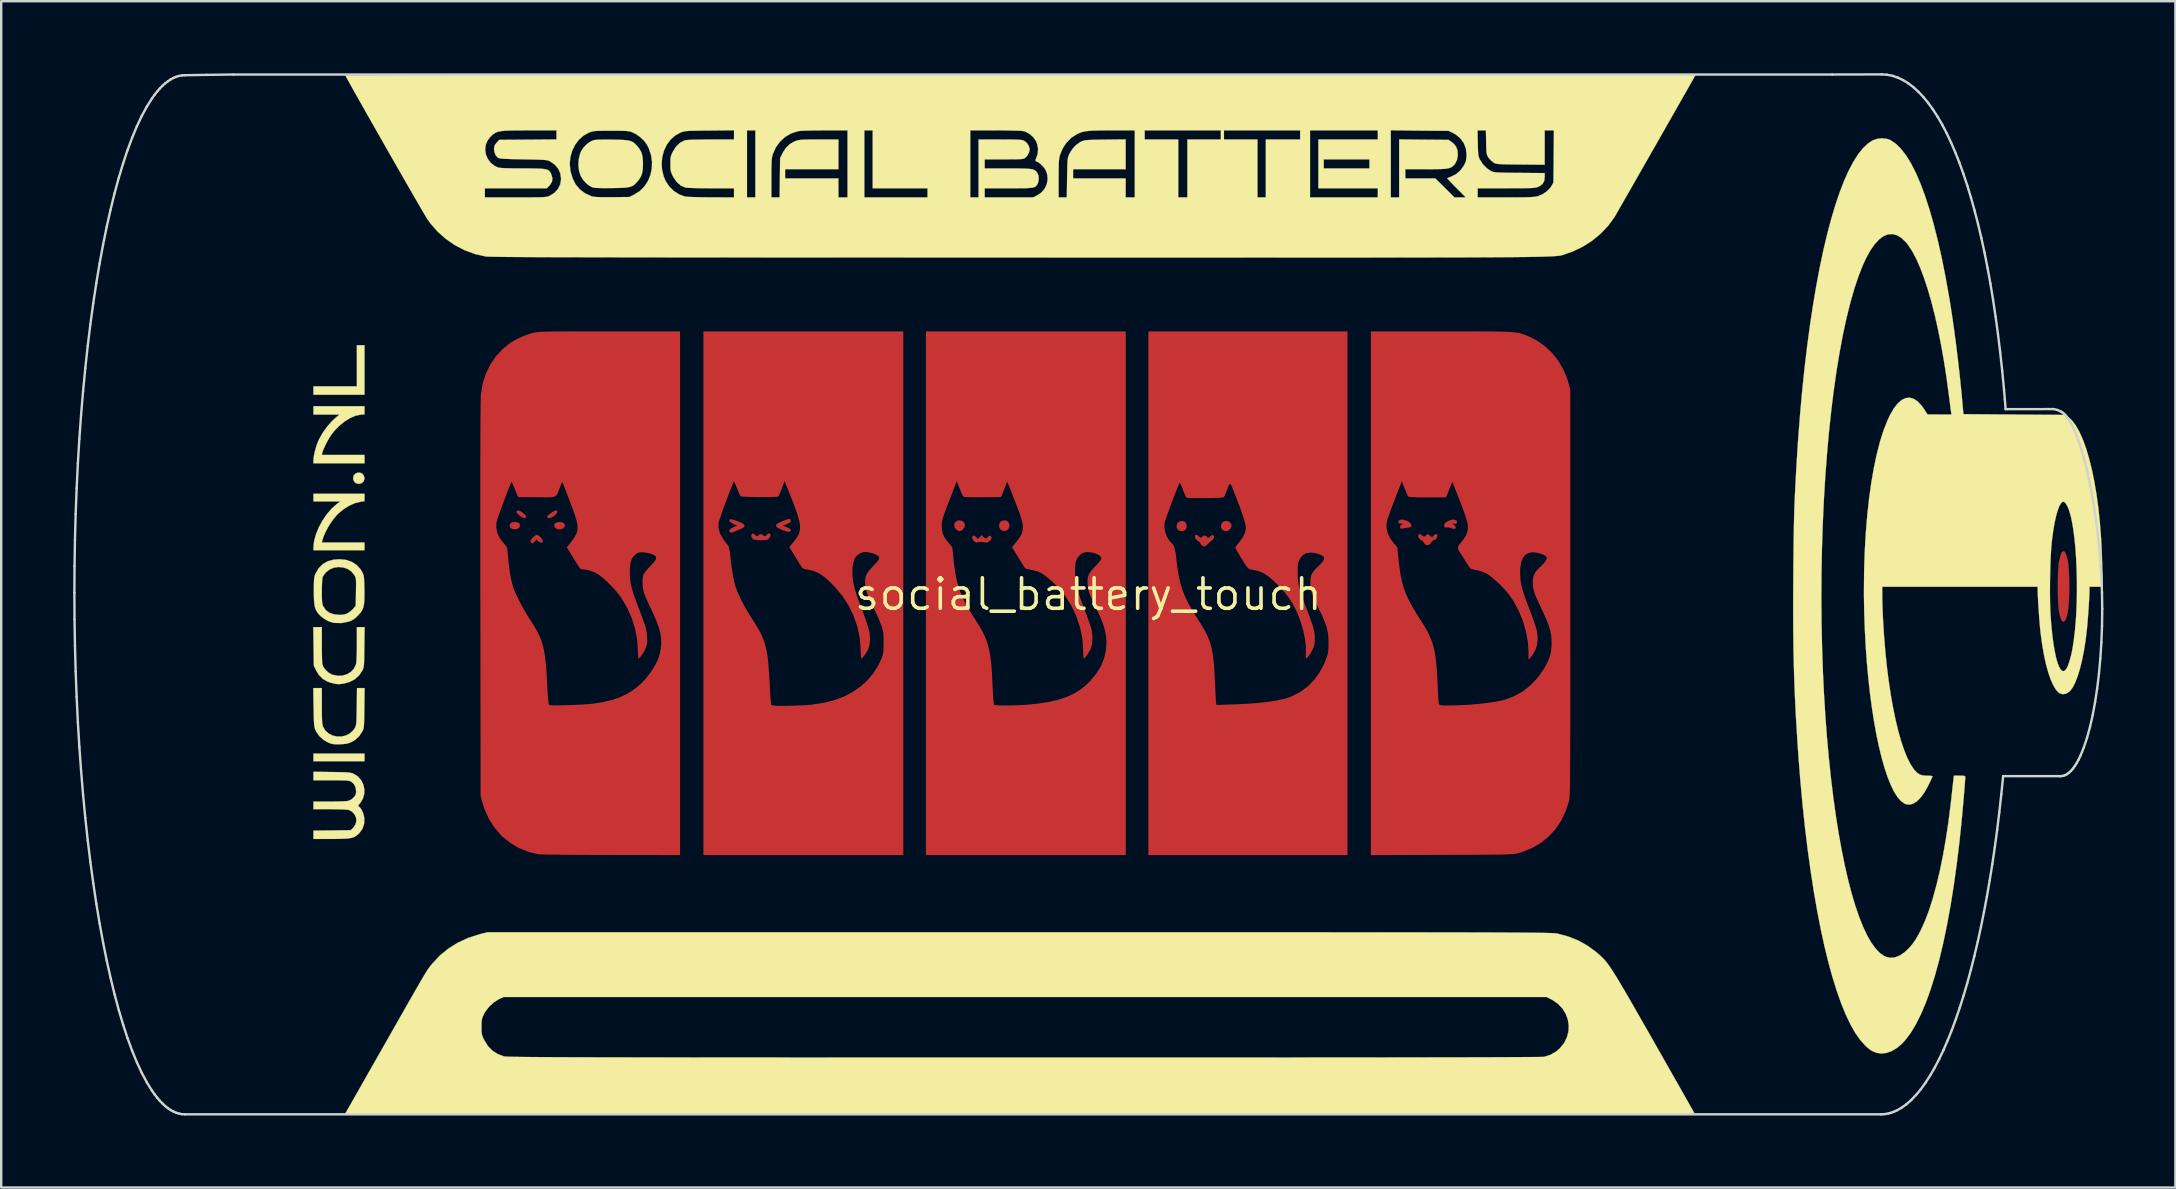
<source format=kicad_pcb>
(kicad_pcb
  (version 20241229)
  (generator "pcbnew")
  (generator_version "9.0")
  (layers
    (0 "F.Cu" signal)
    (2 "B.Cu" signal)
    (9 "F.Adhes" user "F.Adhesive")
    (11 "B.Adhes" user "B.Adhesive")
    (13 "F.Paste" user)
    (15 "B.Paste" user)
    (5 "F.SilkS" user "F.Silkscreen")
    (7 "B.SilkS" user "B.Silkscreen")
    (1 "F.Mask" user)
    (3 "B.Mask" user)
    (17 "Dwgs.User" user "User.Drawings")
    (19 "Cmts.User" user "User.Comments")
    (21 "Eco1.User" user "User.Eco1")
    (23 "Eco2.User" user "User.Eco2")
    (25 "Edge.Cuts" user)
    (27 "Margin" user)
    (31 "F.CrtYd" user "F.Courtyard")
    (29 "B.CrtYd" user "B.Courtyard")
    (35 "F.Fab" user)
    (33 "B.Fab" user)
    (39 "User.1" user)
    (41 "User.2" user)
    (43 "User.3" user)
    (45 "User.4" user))
  (footprint "social_battery_touch"
    (layer "F.Cu")
    (at 42.302 21.718)
    (property "Reference" "social_battery_touch" (at 0 0 0) (layer "F.SilkS") (effects (font (size 1.27 1.27) (thickness 0.15))))
    (attr through_hole)
    (fp_poly (pts (xy -23.791 -2.999) (xy -23.711 -2.951) (xy -23.686 -2.876) (xy -23.713 -2.792) (xy -23.785 -2.735) (xy -23.887 -2.713) (xy -24.002 -2.732) (xy -24.008 -2.734) (xy -24.084 -2.786) (xy -24.111 -2.856) (xy -24.094 -2.928) (xy -24.036 -2.986) (xy -23.943 -3.015) (xy -23.92 -3.016) (xy -23.791 -2.999)) (stroke (width 0.01) (type solid)) (fill yes) (layer "F.Cu"))
    (fp_poly (pts (xy -23.697 -3.472) (xy -23.612 -3.426) (xy -23.527 -3.362) (xy -23.46 -3.295) (xy -23.432 -3.238) (xy -23.431 -3.236) (xy -23.452 -3.185) (xy -23.51 -3.181) (xy -23.603 -3.223) (xy -23.699 -3.289) (xy -23.794 -3.373) (xy -23.831 -3.434) (xy -23.808 -3.472) (xy -23.762 -3.486) (xy -23.697 -3.472)) (stroke (width 0.01) (type solid)) (fill yes) (layer "F.Cu"))
    (fp_poly (pts (xy 5.856 -3.033) (xy 5.91 -2.986) (xy 5.962 -2.894) (xy 5.955 -2.804) (xy 5.903 -2.719) (xy 5.815 -2.651) (xy 5.711 -2.637) (xy 5.612 -2.678) (xy 5.588 -2.699) (xy 5.534 -2.79) (xy 5.532 -2.888) (xy 5.574 -2.976) (xy 5.653 -3.039) (xy 5.747 -3.059) (xy 5.856 -3.033)) (stroke (width 0.01) (type solid)) (fill yes) (layer "F.Cu"))
    (fp_poly (pts (xy -21.92 -2.997) (xy -21.844 -2.948) (xy -21.811 -2.882) (xy -21.823 -2.813) (xy -21.884 -2.755) (xy -21.971 -2.723) (xy -22.059 -2.717) (xy -22.114 -2.722) (xy -22.19 -2.762) (xy -22.244 -2.83) (xy -22.257 -2.877) (xy -22.228 -2.945) (xy -22.152 -2.995) (xy -22.046 -3.016) (xy -22.035 -3.016) (xy -21.92 -2.997)) (stroke (width 0.01) (type solid)) (fill yes) (layer "F.Cu"))
    (fp_poly (pts (xy -22.137 -3.474) (xy -22.132 -3.427) (xy -22.169 -3.361) (xy -22.245 -3.287) (xy -22.263 -3.273) (xy -22.385 -3.198) (xy -22.474 -3.176) (xy -22.521 -3.196) (xy -22.542 -3.24) (xy -22.543 -3.242) (xy -22.518 -3.279) (xy -22.455 -3.334) (xy -22.372 -3.395) (xy -22.287 -3.45) (xy -22.217 -3.485) (xy -22.189 -3.493) (xy -22.137 -3.474)) (stroke (width 0.01) (type solid)) (fill yes) (layer "F.Cu"))
    (fp_poly (pts (xy -5.249 -3.054) (xy -5.173 -2.983) (xy -5.144 -2.872) (xy -5.144 -2.865) (xy -5.169 -2.784) (xy -5.232 -2.705) (xy -5.312 -2.649) (xy -5.366 -2.635) (xy -5.433 -2.657) (xy -5.506 -2.709) (xy -5.51 -2.713) (xy -5.575 -2.813) (xy -5.585 -2.914) (xy -5.547 -3.001) (xy -5.465 -3.061) (xy -5.366 -3.08) (xy -5.249 -3.054)) (stroke (width 0.01) (type solid)) (fill yes) (layer "F.Cu"))
    (fp_poly (pts (xy 4.039 -3.004) (xy 4.046 -2.998) (xy 4.087 -2.919) (xy 4.093 -2.817) (xy 4.065 -2.723) (xy 4.038 -2.688) (xy 3.951 -2.644) (xy 3.847 -2.64) (xy 3.757 -2.674) (xy 3.736 -2.693) (xy 3.693 -2.779) (xy 3.687 -2.88) (xy 3.718 -2.969) (xy 3.739 -2.993) (xy 3.838 -3.047) (xy 3.946 -3.051) (xy 4.039 -3.004)) (stroke (width 0.01) (type solid)) (fill yes) (layer "F.Cu"))
    (fp_poly (pts (xy -3.404 -3.066) (xy -3.341 -3.017) (xy -3.305 -2.944) (xy -3.29 -2.832) (xy -3.327 -2.735) (xy -3.407 -2.669) (xy -3.415 -2.666) (xy -3.49 -2.641) (xy -3.54 -2.642) (xy -3.598 -2.67) (xy -3.604 -2.673) (xy -3.677 -2.729) (xy -3.709 -2.802) (xy -3.714 -2.876) (xy -3.688 -2.984) (xy -3.614 -3.055) (xy -3.506 -3.079) (xy -3.404 -3.066)) (stroke (width 0.01) (type solid)) (fill yes) (layer "F.Cu"))
    (fp_poly (pts (xy -22.919 -2.452) (xy -22.848 -2.392) (xy -22.783 -2.316) (xy -22.741 -2.244) (xy -22.734 -2.215) (xy -22.755 -2.17) (xy -22.809 -2.161) (xy -22.875 -2.187) (xy -22.925 -2.23) (xy -22.984 -2.302) (xy -23.066 -2.215) (xy -23.12 -2.159) (xy -23.152 -2.131) (xy -23.155 -2.13) (xy -23.186 -2.142) (xy -23.201 -2.148) (xy -23.236 -2.19) (xy -23.241 -2.219) (xy -23.217 -2.278) (xy -23.158 -2.351) (xy -23.083 -2.421) (xy -23.011 -2.467) (xy -22.977 -2.477) (xy -22.919 -2.452)) (stroke (width 0.01) (type solid)) (fill yes) (layer "F.Cu"))
    (fp_poly (pts (xy -12.439 -3.137) (xy -12.415 -3.113) (xy -12.399 -3.057) (xy -12.43 -3.007) (xy -12.514 -2.957) (xy -12.583 -2.929) (xy -12.748 -2.866) (xy -12.621 -2.814) (xy -12.503 -2.764) (xy -12.435 -2.726) (xy -12.404 -2.691) (xy -12.398 -2.664) (xy -12.425 -2.623) (xy -12.499 -2.615) (xy -12.616 -2.64) (xy -12.77 -2.695) (xy -12.787 -2.702) (xy -12.914 -2.762) (xy -12.99 -2.816) (xy -13.014 -2.868) (xy -12.984 -2.92) (xy -12.898 -2.977) (xy -12.754 -3.042) (xy -12.563 -3.114) (xy -12.482 -3.139) (xy -12.439 -3.137)) (stroke (width 0.01) (type solid)) (fill yes) (layer "F.Cu"))
    (fp_poly (pts (xy 13.205 -3.088) (xy 13.305 -3.049) (xy 13.39 -2.993) (xy 13.444 -2.925) (xy 13.456 -2.884) (xy 13.457 -2.833) (xy 13.433 -2.806) (xy 13.371 -2.792) (xy 13.313 -2.785) (xy 13.206 -2.771) (xy 13.115 -2.754) (xy 13.089 -2.747) (xy 13.026 -2.742) (xy 12.999 -2.773) (xy 12.999 -2.847) (xy 13.059 -2.906) (xy 13.092 -2.921) (xy 13.127 -2.939) (xy 13.109 -2.948) (xy 13.041 -2.951) (xy 12.961 -2.959) (xy 12.927 -2.985) (xy 12.922 -3.013) (xy 12.947 -3.073) (xy 13.012 -3.104) (xy 13.102 -3.108) (xy 13.205 -3.088)) (stroke (width 0.01) (type solid)) (fill yes) (layer "F.Cu"))
    (fp_poly (pts (xy 15.335 -3.077) (xy 15.362 -3.022) (xy 15.361 -3.006) (xy 15.344 -2.959) (xy 15.297 -2.944) (xy 15.24 -2.945) (xy 15.129 -2.954) (xy 15.216 -2.905) (xy 15.276 -2.853) (xy 15.303 -2.795) (xy 15.292 -2.748) (xy 15.248 -2.731) (xy 15.172 -2.748) (xy 15.145 -2.762) (xy 15.084 -2.782) (xy 14.992 -2.793) (xy 14.962 -2.794) (xy 14.877 -2.798) (xy 14.838 -2.816) (xy 14.827 -2.859) (xy 14.827 -2.874) (xy 14.852 -2.95) (xy 14.93 -3.017) (xy 15.051 -3.074) (xy 15.167 -3.104) (xy 15.265 -3.104) (xy 15.335 -3.077)) (stroke (width 0.01) (type solid)) (fill yes) (layer "F.Cu"))
    (fp_poly (pts (xy -14.868 -3.124) (xy -14.78 -3.1) (xy -14.664 -3.059) (xy -14.605 -3.036) (xy -14.473 -2.98) (xy -14.392 -2.938) (xy -14.349 -2.902) (xy -14.335 -2.865) (xy -14.335 -2.857) (xy -14.345 -2.82) (xy -14.381 -2.784) (xy -14.455 -2.743) (xy -14.576 -2.691) (xy -14.603 -2.68) (xy -14.721 -2.633) (xy -14.813 -2.597) (xy -14.865 -2.577) (xy -14.873 -2.574) (xy -14.899 -2.586) (xy -14.915 -2.593) (xy -14.958 -2.631) (xy -14.947 -2.683) (xy -14.885 -2.741) (xy -14.788 -2.793) (xy -14.621 -2.863) (xy -14.788 -2.938) (xy -14.892 -2.996) (xy -14.948 -3.052) (xy -14.952 -3.1) (xy -14.914 -3.129) (xy -14.868 -3.124)) (stroke (width 0.01) (type solid)) (fill yes) (layer "F.Cu"))
    (fp_poly (pts (xy -4.372 -2.387) (xy -4.297 -2.33) (xy -4.242 -2.327) (xy -4.191 -2.377) (xy -4.185 -2.387) (xy -4.128 -2.437) (xy -4.086 -2.435) (xy -4.038 -2.392) (xy -4.046 -2.325) (xy -4.106 -2.241) (xy -4.114 -2.234) (xy -4.184 -2.178) (xy -4.255 -2.167) (xy -4.296 -2.173) (xy -4.409 -2.191) (xy -4.5 -2.191) (xy -4.572 -2.18) (xy -4.656 -2.174) (xy -4.707 -2.18) (xy -4.763 -2.22) (xy -4.811 -2.292) (xy -4.837 -2.369) (xy -4.835 -2.405) (xy -4.796 -2.442) (xy -4.736 -2.431) (xy -4.67 -2.377) (xy -4.667 -2.373) (xy -4.609 -2.302) (xy -4.527 -2.379) (xy -4.445 -2.456) (xy -4.372 -2.387)) (stroke (width 0.01) (type solid)) (fill yes) (layer "F.Cu"))
    (fp_poly (pts (xy -13.926 -2.507) (xy -13.906 -2.483) (xy -13.838 -2.426) (xy -13.777 -2.418) (xy -13.736 -2.461) (xy -13.693 -2.501) (xy -13.657 -2.508) (xy -13.586 -2.485) (xy -13.557 -2.461) (xy -13.494 -2.417) (xy -13.432 -2.436) (xy -13.392 -2.482) (xy -13.335 -2.532) (xy -13.293 -2.531) (xy -13.246 -2.487) (xy -13.252 -2.42) (xy -13.311 -2.339) (xy -13.314 -2.336) (xy -13.358 -2.299) (xy -13.411 -2.277) (xy -13.489 -2.266) (xy -13.61 -2.263) (xy -13.646 -2.263) (xy -13.806 -2.269) (xy -13.918 -2.286) (xy -13.965 -2.305) (xy -14.026 -2.373) (xy -14.043 -2.449) (xy -14.013 -2.512) (xy -14.011 -2.514) (xy -13.968 -2.534) (xy -13.926 -2.507)) (stroke (width 0.01) (type solid)) (fill yes) (layer "F.Cu"))
    (fp_poly (pts (xy 4.571 -2.451) (xy 4.604 -2.413) (xy 4.654 -2.36) (xy 4.711 -2.355) (xy 4.751 -2.397) (xy 4.794 -2.435) (xy 4.842 -2.445) (xy 4.906 -2.426) (xy 4.933 -2.397) (xy 4.974 -2.354) (xy 5.033 -2.362) (xy 5.092 -2.417) (xy 5.148 -2.465) (xy 5.189 -2.466) (xy 5.233 -2.423) (xy 5.231 -2.357) (xy 5.187 -2.289) (xy 5.156 -2.264) (xy 4.99 -2.121) (xy 4.928 -2.05) (xy 4.857 -2.005) (xy 4.775 -2.016) (xy 4.72 -2.058) (xy 4.679 -2.114) (xy 4.666 -2.146) (xy 4.641 -2.18) (xy 4.58 -2.228) (xy 4.563 -2.239) (xy 4.493 -2.3) (xy 4.453 -2.37) (xy 4.446 -2.432) (xy 4.475 -2.471) (xy 4.505 -2.477) (xy 4.571 -2.451)) (stroke (width 0.01) (type solid)) (fill yes) (layer "F.Cu"))
    (fp_poly (pts (xy 13.886 -2.473) (xy 13.914 -2.445) (xy 13.98 -2.403) (xy 14.043 -2.415) (xy 14.078 -2.463) (xy 14.118 -2.504) (xy 14.182 -2.488) (xy 14.248 -2.437) (xy 14.325 -2.365) (xy 14.383 -2.437) (xy 14.449 -2.495) (xy 14.505 -2.505) (xy 14.538 -2.466) (xy 14.541 -2.434) (xy 14.516 -2.352) (xy 14.456 -2.284) (xy 14.381 -2.254) (xy 14.377 -2.254) (xy 14.33 -2.228) (xy 14.294 -2.177) (xy 14.228 -2.091) (xy 14.14 -2.053) (xy 14.089 -2.056) (xy 14.036 -2.091) (xy 13.986 -2.159) (xy 13.985 -2.161) (xy 13.939 -2.225) (xy 13.894 -2.254) (xy 13.892 -2.254) (xy 13.838 -2.281) (xy 13.785 -2.344) (xy 13.752 -2.42) (xy 13.748 -2.452) (xy 13.769 -2.498) (xy 13.822 -2.505) (xy 13.886 -2.473)) (stroke (width 0.01) (type solid)) (fill yes) (layer "F.Cu"))
    (fp_poly (pts (xy 40.712 -1.732) (xy 40.762 -1.608) (xy 40.809 -1.421) (xy 40.822 -1.355) (xy 40.844 -1.198) (xy 40.86 -0.992) (xy 40.871 -0.751) (xy 40.876 -0.487) (xy 40.876 -0.215) (xy 40.871 0.052) (xy 40.86 0.3) (xy 40.844 0.514) (xy 40.823 0.682) (xy 40.82 0.698) (xy 40.776 0.898) (xy 40.729 1.04) (xy 40.679 1.121) (xy 40.628 1.142) (xy 40.577 1.102) (xy 40.533 1.016) (xy 40.493 0.899) (xy 40.461 0.766) (xy 40.437 0.609) (xy 40.421 0.418) (xy 40.41 0.188) (xy 40.405 -0.092) (xy 40.404 -0.365) (xy 40.406 -0.646) (xy 40.411 -0.872) (xy 40.418 -1.053) (xy 40.428 -1.199) (xy 40.443 -1.318) (xy 40.459 -1.41) (xy 40.507 -1.6) (xy 40.557 -1.728) (xy 40.609 -1.792) (xy 40.661 -1.794) (xy 40.712 -1.732)) (stroke (width 0.01) (type solid)) (fill yes) (layer "F.Cu"))
    (fp_poly (pts (xy -7.723 -0.056) (xy -7.715 10.858) (xy -16.034 10.858) (xy -16.026 -0.056) (xy -16.018 -10.97) (xy -7.731 -10.97) (xy -7.723 -0.056)) (stroke (width 0.01) (type solid)) (fill yes) (layer "F.Mask"))
    (fp_poly (pts (xy 1.548 -0.056) (xy 1.556 10.858) (xy -6.763 10.858) (xy -6.755 -0.056) (xy -6.747 -10.97) (xy 1.54 -10.97) (xy 1.548 -0.056)) (stroke (width 0.01) (type solid)) (fill yes) (layer "F.Mask"))
    (fp_poly (pts (xy 10.795 10.858) (xy 2.508 10.858) (xy 2.516 -0.056) (xy 2.524 -10.97) (xy 6.66 -10.978) (xy 10.795 -10.986) (xy 10.795 10.858)) (stroke (width 0.01) (type solid)) (fill yes) (layer "F.Mask"))
    (fp_poly (pts (xy 40.712 -1.732) (xy 40.762 -1.608) (xy 40.809 -1.421) (xy 40.822 -1.355) (xy 40.844 -1.198) (xy 40.86 -0.992) (xy 40.871 -0.751) (xy 40.876 -0.487) (xy 40.876 -0.215) (xy 40.871 0.052) (xy 40.86 0.3) (xy 40.844 0.514) (xy 40.823 0.682) (xy 40.82 0.698) (xy 40.776 0.898) (xy 40.729 1.04) (xy 40.679 1.121) (xy 40.628 1.142) (xy 40.577 1.102) (xy 40.533 1.016) (xy 40.493 0.899) (xy 40.461 0.766) (xy 40.437 0.609) (xy 40.421 0.418) (xy 40.41 0.188) (xy 40.405 -0.092) (xy 40.404 -0.365) (xy 40.406 -0.646) (xy 40.411 -0.872) (xy 40.418 -1.053) (xy 40.428 -1.199) (xy 40.443 -1.318) (xy 40.459 -1.41) (xy 40.507 -1.6) (xy 40.557 -1.728) (xy 40.609 -1.792) (xy 40.661 -1.794) (xy 40.712 -1.732)) (stroke (width 0.01) (type solid)) (fill yes) (layer "F.Mask"))
    (fp_poly (pts (xy -17.018 10.858) (xy -19.899 10.855) (xy -20.325 10.854) (xy -20.735 10.853) (xy -21.125 10.851) (xy -21.49 10.849) (xy -21.824 10.846) (xy -22.124 10.843) (xy -22.385 10.84) (xy -22.6 10.836) (xy -22.767 10.833) (xy -22.88 10.829) (xy -22.934 10.825) (xy -22.934 10.825) (xy -23.338 10.726) (xy -23.724 10.568) (xy -24.083 10.355) (xy -24.409 10.093) (xy -24.475 10.029) (xy -24.744 9.716) (xy -24.971 9.36) (xy -25.149 8.971) (xy -25.248 8.664) (xy -25.319 8.398) (xy -25.33 0.191) (xy -25.331 -0.766) (xy -25.332 -1.659) (xy -25.332 -2.491) (xy -25.332 -3.264) (xy -25.332 -3.977) (xy -25.332 -4.632) (xy -25.331 -5.23) (xy -25.33 -5.772) (xy -25.329 -6.26) (xy -25.328 -6.694) (xy -25.326 -7.076) (xy -25.324 -7.407) (xy -25.321 -7.687) (xy -25.318 -7.918) (xy -25.315 -8.101) (xy -25.312 -8.238) (xy -25.308 -8.328) (xy -25.305 -8.361) (xy -25.232 -8.79) (xy -25.102 -9.195) (xy -24.919 -9.571) (xy -24.686 -9.914) (xy -24.403 -10.219) (xy -24.076 -10.482) (xy -23.891 -10.593) (xy -23.667 -10.703) (xy -23.43 -10.8) (xy -23.203 -10.874) (xy -23.142 -10.889) (xy -23.095 -10.9) (xy -23.047 -10.91) (xy -22.994 -10.918) (xy -22.932 -10.925) (xy -22.857 -10.932) (xy -22.763 -10.937) (xy -22.649 -10.941) (xy -22.508 -10.944) (xy -22.337 -10.947) (xy -22.133 -10.949) (xy -21.889 -10.951) (xy -21.603 -10.952) (xy -21.271 -10.953) (xy -20.887 -10.953) (xy -20.448 -10.953) (xy -19.95 -10.954) (xy -19.947 -10.954) (xy -17.018 -10.954) (xy -17.018 10.858)) (stroke (width 0.01) (type solid)) (fill yes) (layer "F.Mask"))
    (fp_poly (pts (xy 15.668 -10.954) (xy 16.069 -10.953) (xy 16.418 -10.952) (xy 16.721 -10.95) (xy 16.982 -10.947) (xy 17.204 -10.943) (xy 17.393 -10.937) (xy 17.552 -10.93) (xy 17.686 -10.92) (xy 17.798 -10.909) (xy 17.893 -10.895) (xy 17.976 -10.878) (xy 18.05 -10.859) (xy 18.12 -10.836) (xy 18.189 -10.811) (xy 18.263 -10.782) (xy 18.309 -10.763) (xy 18.677 -10.582) (xy 19.013 -10.349) (xy 19.312 -10.069) (xy 19.57 -9.747) (xy 19.783 -9.387) (xy 19.947 -8.995) (xy 19.998 -8.829) (xy 20.082 -8.525) (xy 20.082 -0.064) (xy 20.082 0.806) (xy 20.082 1.614) (xy 20.082 2.363) (xy 20.081 3.056) (xy 20.081 3.694) (xy 20.081 4.28) (xy 20.08 4.816) (xy 20.08 5.305) (xy 20.079 5.749) (xy 20.078 6.15) (xy 20.077 6.51) (xy 20.076 6.832) (xy 20.074 7.118) (xy 20.072 7.371) (xy 20.07 7.591) (xy 20.068 7.783) (xy 20.066 7.948) (xy 20.063 8.089) (xy 20.06 8.207) (xy 20.056 8.305) (xy 20.053 8.385) (xy 20.049 8.45) (xy 20.044 8.502) (xy 20.04 8.543) (xy 20.035 8.576) (xy 20.029 8.603) (xy 20.027 8.612) (xy 19.886 9.041) (xy 19.697 9.432) (xy 19.462 9.782) (xy 19.181 10.089) (xy 18.859 10.35) (xy 18.496 10.564) (xy 18.094 10.727) (xy 17.955 10.77) (xy 17.911 10.782) (xy 17.869 10.793) (xy 17.823 10.802) (xy 17.771 10.81) (xy 17.708 10.817) (xy 17.629 10.823) (xy 17.531 10.828) (xy 17.41 10.832) (xy 17.261 10.836) (xy 17.08 10.839) (xy 16.863 10.841) (xy 16.606 10.843) (xy 16.305 10.845) (xy 15.956 10.847) (xy 15.555 10.848) (xy 15.097 10.85) (xy 14.74 10.851) (xy 11.779 10.861) (xy 11.779 -10.954) (xy 14.698 -10.954) (xy 15.213 -10.954) (xy 15.668 -10.954)) (stroke (width 0.01) (type solid)) (fill yes) (layer "F.Mask"))
    (fp_poly (pts (xy -3.365 -4.772) (xy -3.346 -4.735) (xy -3.309 -4.648) (xy -3.257 -4.52) (xy -3.194 -4.363) (xy -3.124 -4.184) (xy -3.051 -3.995) (xy -2.978 -3.804) (xy -2.909 -3.621) (xy -2.848 -3.457) (xy -2.799 -3.32) (xy -2.776 -3.254) (xy -2.708 -3.01) (xy -2.684 -2.799) (xy -2.707 -2.608) (xy -2.779 -2.422) (xy -2.904 -2.228) (xy -2.971 -2.142) (xy -3.117 -1.963) (xy -2.894 -1.593) (xy -2.79 -1.419) (xy -2.711 -1.292) (xy -2.65 -1.203) (xy -2.599 -1.144) (xy -2.549 -1.108) (xy -2.493 -1.086) (xy -2.423 -1.072) (xy -2.351 -1.06) (xy -2.205 -1.027) (xy -2.055 -0.98) (xy -1.952 -0.938) (xy -1.842 -0.87) (xy -1.702 -0.762) (xy -1.545 -0.626) (xy -1.381 -0.472) (xy -1.22 -0.309) (xy -1.074 -0.148) (xy -0.954 0.001) (xy -0.953 0.003) (xy -0.699 0.394) (xy -0.491 0.819) (xy -0.333 1.266) (xy -0.228 1.725) (xy -0.181 2.183) (xy -0.179 2.264) (xy -0.175 2.607) (xy -0.101 2.518) (xy 0.035 2.303) (xy 0.12 2.051) (xy 0.123 2.039) (xy 0.142 1.885) (xy 0.134 1.713) (xy 0.098 1.514) (xy 0.032 1.28) (xy -0.066 1.002) (xy -0.083 0.956) (xy -0.214 0.61) (xy -0.323 0.314) (xy -0.41 0.062) (xy -0.478 -0.153) (xy -0.529 -0.341) (xy -0.565 -0.507) (xy -0.587 -0.66) (xy -0.598 -0.807) (xy -0.6 -0.955) (xy -0.595 -1.071) (xy -0.572 -1.299) (xy -0.525 -1.475) (xy -0.45 -1.608) (xy -0.344 -1.706) (xy -0.285 -1.741) (xy -0.179 -1.786) (xy -0.08 -1.802) (xy 0.032 -1.797) (xy 0.235 -1.764) (xy 0.398 -1.712) (xy 0.515 -1.642) (xy 0.581 -1.56) (xy 0.589 -1.467) (xy 0.586 -1.454) (xy 0.554 -1.401) (xy 0.489 -1.317) (xy 0.399 -1.215) (xy 0.33 -1.142) (xy 0.227 -1.029) (xy 0.136 -0.918) (xy 0.071 -0.826) (xy 0.049 -0.786) (xy 0.005 -0.6) (xy 0.011 -0.378) (xy 0.069 -0.122) (xy 0.177 0.168) (xy 0.277 0.379) (xy 0.359 0.544) (xy 0.444 0.719) (xy 0.52 0.88) (xy 0.559 0.966) (xy 0.698 1.353) (xy 0.775 1.737) (xy 0.79 2.115) (xy 0.743 2.484) (xy 0.635 2.84) (xy 0.468 3.179) (xy 0.242 3.499) (xy -0.034 3.788) (xy -0.283 3.989) (xy -0.557 4.16) (xy -0.863 4.303) (xy -1.206 4.42) (xy -1.592 4.512) (xy -2.028 4.583) (xy -2.518 4.633) (xy -2.538 4.635) (xy -2.701 4.645) (xy -2.89 4.653) (xy -3.093 4.659) (xy -3.298 4.662) (xy -3.494 4.663) (xy -3.67 4.662) (xy -3.812 4.658) (xy -3.91 4.651) (xy -3.941 4.646) (xy -3.961 4.633) (xy -3.976 4.599) (xy -3.988 4.536) (xy -3.998 4.435) (xy -4.006 4.287) (xy -4.015 4.102) (xy -4.03 3.75) (xy -4.044 3.453) (xy -4.058 3.204) (xy -4.074 2.995) (xy -4.09 2.819) (xy -4.109 2.667) (xy -4.131 2.533) (xy -4.156 2.407) (xy -4.185 2.286) (xy -4.246 2.065) (xy -4.311 1.871) (xy -4.388 1.69) (xy -4.485 1.504) (xy -4.608 1.297) (xy -4.727 1.111) (xy -4.873 0.88) (xy -5.016 0.635) (xy -5.151 0.388) (xy -5.27 0.152) (xy -5.368 -0.061) (xy -5.438 -0.239) (xy -5.454 -0.286) (xy -5.514 -0.52) (xy -5.57 -0.809) (xy -5.621 -1.144) (xy -5.663 -1.515) (xy -5.705 -1.934) (xy -5.856 -2.118) (xy -5.975 -2.268) (xy -6.056 -2.391) (xy -6.106 -2.504) (xy -6.132 -2.626) (xy -6.141 -2.774) (xy -6.142 -2.857) (xy -6.14 -3.159) (xy -5.824 -3.964) (xy -5.74 -4.175) (xy -5.662 -4.366) (xy -5.594 -4.527) (xy -5.538 -4.653) (xy -5.498 -4.735) (xy -5.477 -4.765) (xy -5.477 -4.765) (xy -5.454 -4.736) (xy -5.415 -4.659) (xy -5.366 -4.547) (xy -5.323 -4.437) (xy -5.272 -4.304) (xy -5.226 -4.194) (xy -5.191 -4.12) (xy -5.176 -4.096) (xy -5.138 -4.091) (xy -5.046 -4.087) (xy -4.908 -4.084) (xy -4.735 -4.082) (xy -4.535 -4.08) (xy -4.409 -4.08) (xy -3.669 -4.08) (xy -3.529 -4.439) (xy -3.473 -4.574) (xy -3.424 -4.682) (xy -3.387 -4.752) (xy -3.366 -4.773) (xy -3.365 -4.772)) (stroke (width 0.01) (type solid)) (fill yes) (layer "B.Mask"))
    (fp_poly (pts (xy 13.089 -4.735) (xy 13.128 -4.659) (xy 13.176 -4.546) (xy 13.225 -4.421) (xy 13.352 -4.08) (xy 14.875 -4.08) (xy 15.006 -4.412) (xy 15.061 -4.546) (xy 15.11 -4.655) (xy 15.147 -4.729) (xy 15.165 -4.753) (xy 15.188 -4.729) (xy 15.227 -4.653) (xy 15.28 -4.534) (xy 15.344 -4.381) (xy 15.415 -4.201) (xy 15.49 -4.005) (xy 15.566 -3.8) (xy 15.639 -3.594) (xy 15.707 -3.397) (xy 15.767 -3.218) (xy 15.814 -3.064) (xy 15.847 -2.945) (xy 15.859 -2.884) (xy 15.858 -2.691) (xy 15.802 -2.489) (xy 15.696 -2.295) (xy 15.654 -2.238) (xy 15.563 -2.126) (xy 15.501 -2.045) (xy 15.468 -1.98) (xy 15.464 -1.918) (xy 15.489 -1.846) (xy 15.544 -1.748) (xy 15.627 -1.612) (xy 15.655 -1.567) (xy 15.743 -1.424) (xy 15.823 -1.298) (xy 15.889 -1.199) (xy 15.931 -1.14) (xy 15.937 -1.133) (xy 16.006 -1.093) (xy 16.121 -1.06) (xy 16.193 -1.048) (xy 16.371 -1.011) (xy 16.537 -0.949) (xy 16.702 -0.857) (xy 16.876 -0.727) (xy 17.071 -0.553) (xy 17.162 -0.464) (xy 17.422 -0.189) (xy 17.636 0.077) (xy 17.817 0.353) (xy 17.977 0.655) (xy 17.989 0.68) (xy 18.134 1.034) (xy 18.25 1.416) (xy 18.333 1.805) (xy 18.377 2.18) (xy 18.383 2.364) (xy 18.383 2.616) (xy 18.466 2.506) (xy 18.6 2.283) (xy 18.674 2.045) (xy 18.689 1.787) (xy 18.659 1.57) (xy 18.633 1.473) (xy 18.588 1.33) (xy 18.529 1.152) (xy 18.458 0.953) (xy 18.381 0.744) (xy 18.354 0.673) (xy 18.241 0.372) (xy 18.151 0.119) (xy 18.082 -0.097) (xy 18.03 -0.285) (xy 17.995 -0.455) (xy 17.973 -0.619) (xy 17.961 -0.785) (xy 17.958 -0.921) (xy 17.964 -1.159) (xy 17.988 -1.346) (xy 18.033 -1.49) (xy 18.101 -1.602) (xy 18.165 -1.665) (xy 18.292 -1.747) (xy 18.433 -1.787) (xy 18.603 -1.785) (xy 18.739 -1.763) (xy 18.915 -1.717) (xy 19.036 -1.661) (xy 19.108 -1.592) (xy 19.139 -1.503) (xy 19.139 -1.496) (xy 19.139 -1.445) (xy 19.122 -1.395) (xy 19.08 -1.336) (xy 19.006 -1.254) (xy 18.911 -1.16) (xy 18.772 -1.018) (xy 18.675 -0.902) (xy 18.612 -0.8) (xy 18.578 -0.697) (xy 18.565 -0.582) (xy 18.563 -0.508) (xy 18.571 -0.361) (xy 18.596 -0.214) (xy 18.642 -0.056) (xy 18.712 0.125) (xy 18.809 0.341) (xy 18.895 0.516) (xy 19.081 0.915) (xy 19.219 1.28) (xy 19.309 1.615) (xy 19.352 1.928) (xy 19.347 2.225) (xy 19.294 2.513) (xy 19.194 2.796) (xy 19.047 3.083) (xy 18.943 3.25) (xy 18.676 3.598) (xy 18.375 3.893) (xy 18.041 4.135) (xy 17.676 4.323) (xy 17.281 4.454) (xy 17.113 4.491) (xy 16.763 4.548) (xy 16.357 4.594) (xy 15.906 4.63) (xy 15.416 4.653) (xy 15.297 4.657) (xy 14.608 4.677) (xy 14.577 4.601) (xy 14.567 4.549) (xy 14.556 4.444) (xy 14.544 4.293) (xy 14.532 4.107) (xy 14.521 3.893) (xy 14.511 3.672) (xy 14.495 3.344) (xy 14.479 3.07) (xy 14.459 2.838) (xy 14.434 2.638) (xy 14.404 2.46) (xy 14.367 2.293) (xy 14.321 2.126) (xy 14.297 2.05) (xy 14.249 1.906) (xy 14.2 1.778) (xy 14.142 1.654) (xy 14.07 1.52) (xy 13.976 1.365) (xy 13.855 1.174) (xy 13.811 1.107) (xy 13.676 0.893) (xy 13.54 0.661) (xy 13.41 0.426) (xy 13.293 0.2) (xy 13.196 -0.003) (xy 13.126 -0.171) (xy 13.113 -0.207) (xy 13.059 -0.387) (xy 13.01 -0.603) (xy 12.965 -0.862) (xy 12.921 -1.173) (xy 12.894 -1.4) (xy 12.835 -1.927) (xy 12.688 -2.108) (xy 12.568 -2.263) (xy 12.486 -2.391) (xy 12.435 -2.509) (xy 12.409 -2.636) (xy 12.4 -2.789) (xy 12.399 -2.842) (xy 12.4 -2.927) (xy 12.403 -3) (xy 12.411 -3.071) (xy 12.427 -3.147) (xy 12.453 -3.238) (xy 12.491 -3.352) (xy 12.545 -3.497) (xy 12.616 -3.684) (xy 12.707 -3.921) (xy 12.716 -3.945) (xy 12.8 -4.158) (xy 12.878 -4.351) (xy 12.947 -4.515) (xy 13.003 -4.644) (xy 13.043 -4.728) (xy 13.065 -4.762) (xy 13.066 -4.763) (xy 13.089 -4.735)) (stroke (width 0.01) (type solid)) (fill yes) (layer "B.Mask"))
    (fp_poly (pts (xy -21.923 -4.751) (xy -21.887 -4.68) (xy -21.836 -4.567) (xy -21.775 -4.421) (xy -21.705 -4.25) (xy -21.631 -4.063) (xy -21.557 -3.87) (xy -21.485 -3.679) (xy -21.42 -3.498) (xy -21.364 -3.337) (xy -21.339 -3.262) (xy -21.272 -3.012) (xy -21.247 -2.799) (xy -21.264 -2.61) (xy -21.327 -2.432) (xy -21.437 -2.252) (xy -21.522 -2.144) (xy -21.59 -2.058) (xy -21.637 -1.99) (xy -21.654 -1.956) (xy -21.638 -1.919) (xy -21.595 -1.839) (xy -21.532 -1.73) (xy -21.456 -1.603) (xy -21.375 -1.47) (xy -21.295 -1.341) (xy -21.224 -1.231) (xy -21.169 -1.149) (xy -21.138 -1.108) (xy -21.136 -1.106) (xy -21.088 -1.091) (xy -21 -1.075) (xy -20.926 -1.064) (xy -20.676 -1.003) (xy -20.422 -0.88) (xy -20.21 -0.731) (xy -19.857 -0.411) (xy -19.546 -0.046) (xy -19.28 0.355) (xy -19.063 0.787) (xy -18.899 1.241) (xy -18.79 1.711) (xy -18.741 2.173) (xy -18.723 2.584) (xy -18.632 2.476) (xy -18.527 2.309) (xy -18.452 2.108) (xy -18.417 1.899) (xy -18.415 1.846) (xy -18.42 1.741) (xy -18.435 1.626) (xy -18.464 1.495) (xy -18.508 1.34) (xy -18.569 1.152) (xy -18.651 0.924) (xy -18.754 0.647) (xy -18.789 0.556) (xy -18.901 0.255) (xy -18.989 0.001) (xy -19.054 -0.219) (xy -19.099 -0.415) (xy -19.127 -0.599) (xy -19.141 -0.783) (xy -19.142 -0.977) (xy -19.14 -1.031) (xy -19.125 -1.253) (xy -19.093 -1.423) (xy -19.04 -1.551) (xy -18.961 -1.648) (xy -18.851 -1.725) (xy -18.818 -1.743) (xy -18.733 -1.782) (xy -18.664 -1.801) (xy -18.587 -1.802) (xy -18.478 -1.787) (xy -18.443 -1.782) (xy -18.31 -1.755) (xy -18.185 -1.72) (xy -18.104 -1.69) (xy -18.025 -1.645) (xy -17.989 -1.59) (xy -17.976 -1.511) (xy -17.974 -1.454) (xy -17.985 -1.405) (xy -18.017 -1.352) (xy -18.076 -1.285) (xy -18.172 -1.189) (xy -18.208 -1.154) (xy -18.347 -1.013) (xy -18.442 -0.894) (xy -18.501 -0.781) (xy -18.532 -0.661) (xy -18.542 -0.517) (xy -18.542 -0.491) (xy -18.531 -0.337) (xy -18.498 -0.17) (xy -18.438 0.019) (xy -18.349 0.239) (xy -18.229 0.499) (xy -18.177 0.603) (xy -18.016 0.946) (xy -17.896 1.253) (xy -17.815 1.533) (xy -17.771 1.797) (xy -17.761 2.054) (xy -17.778 2.283) (xy -17.838 2.549) (xy -17.948 2.831) (xy -18.101 3.115) (xy -18.289 3.391) (xy -18.506 3.648) (xy -18.745 3.872) (xy -18.773 3.896) (xy -19.011 4.07) (xy -19.26 4.216) (xy -19.529 4.337) (xy -19.826 4.436) (xy -20.159 4.516) (xy -20.537 4.578) (xy -20.967 4.626) (xy -21.066 4.635) (xy -21.234 4.646) (xy -21.424 4.655) (xy -21.627 4.661) (xy -21.832 4.665) (xy -22.027 4.666) (xy -22.203 4.664) (xy -22.348 4.659) (xy -22.452 4.651) (xy -22.503 4.641) (xy -22.504 4.64) (xy -22.518 4.613) (xy -22.531 4.547) (xy -22.544 4.437) (xy -22.557 4.279) (xy -22.57 4.069) (xy -22.585 3.801) (xy -22.59 3.696) (xy -22.608 3.357) (xy -22.627 3.073) (xy -22.648 2.832) (xy -22.672 2.627) (xy -22.701 2.448) (xy -22.736 2.284) (xy -22.779 2.127) (xy -22.814 2.016) (xy -22.864 1.87) (xy -22.917 1.738) (xy -22.981 1.607) (xy -23.06 1.464) (xy -23.163 1.296) (xy -23.296 1.09) (xy -23.305 1.076) (xy -23.423 0.888) (xy -23.55 0.672) (xy -23.672 0.455) (xy -23.768 0.27) (xy -23.852 0.095) (xy -23.923 -0.069) (xy -23.983 -0.229) (xy -24.034 -0.395) (xy -24.079 -0.576) (xy -24.118 -0.782) (xy -24.155 -1.02) (xy -24.191 -1.301) (xy -24.229 -1.632) (xy -24.244 -1.77) (xy -24.262 -1.875) (xy -24.298 -1.961) (xy -24.364 -2.055) (xy -24.405 -2.104) (xy -24.566 -2.323) (xy -24.668 -2.539) (xy -24.712 -2.761) (xy -24.702 -2.996) (xy -24.7 -3.011) (xy -24.68 -3.088) (xy -24.641 -3.213) (xy -24.586 -3.376) (xy -24.518 -3.568) (xy -24.44 -3.777) (xy -24.381 -3.932) (xy -24.301 -4.138) (xy -24.228 -4.327) (xy -24.166 -4.488) (xy -24.117 -4.614) (xy -24.085 -4.696) (xy -24.074 -4.724) (xy -24.052 -4.755) (xy -24.022 -4.743) (xy -23.982 -4.682) (xy -23.928 -4.569) (xy -23.864 -4.412) (xy -23.733 -4.08) (xy -22.991 -4.079) (xy -22.75 -4.078) (xy -22.565 -4.078) (xy -22.425 -4.083) (xy -22.324 -4.095) (xy -22.252 -4.12) (xy -22.201 -4.16) (xy -22.162 -4.22) (xy -22.127 -4.302) (xy -22.088 -4.411) (xy -22.064 -4.477) (xy -22.017 -4.599) (xy -21.976 -4.698) (xy -21.947 -4.76) (xy -21.94 -4.772) (xy -21.923 -4.751)) (stroke (width 0.01) (type solid)) (fill yes) (layer "B.Mask"))
    (fp_poly (pts (xy -14.742 -4.766) (xy -14.705 -4.691) (xy -14.657 -4.581) (xy -14.619 -4.485) (xy -14.566 -4.351) (xy -14.517 -4.238) (xy -14.479 -4.159) (xy -14.462 -4.133) (xy -14.434 -4.119) (xy -14.377 -4.108) (xy -14.284 -4.1) (xy -14.148 -4.095) (xy -13.962 -4.092) (xy -13.72 -4.091) (xy -13.701 -4.091) (xy -13.492 -4.092) (xy -13.305 -4.095) (xy -13.149 -4.1) (xy -13.032 -4.106) (xy -12.965 -4.113) (xy -12.953 -4.117) (xy -12.931 -4.156) (xy -12.892 -4.241) (xy -12.843 -4.358) (xy -12.801 -4.461) (xy -12.748 -4.59) (xy -12.701 -4.694) (xy -12.667 -4.76) (xy -12.652 -4.778) (xy -12.632 -4.75) (xy -12.594 -4.671) (xy -12.541 -4.549) (xy -12.478 -4.393) (xy -12.406 -4.213) (xy -12.33 -4.016) (xy -12.253 -3.811) (xy -12.178 -3.608) (xy -12.111 -3.417) (xy -12.029 -3.157) (xy -11.981 -2.939) (xy -11.969 -2.753) (xy -11.994 -2.586) (xy -12.056 -2.427) (xy -12.159 -2.263) (xy -12.252 -2.143) (xy -12.32 -2.058) (xy -12.367 -1.992) (xy -12.383 -1.961) (xy -12.367 -1.926) (xy -12.324 -1.848) (xy -12.262 -1.741) (xy -12.187 -1.616) (xy -12.107 -1.484) (xy -12.029 -1.358) (xy -11.959 -1.249) (xy -11.907 -1.17) (xy -11.881 -1.135) (xy -11.813 -1.092) (xy -11.749 -1.079) (xy -11.604 -1.062) (xy -11.433 -1.016) (xy -11.263 -0.949) (xy -11.118 -0.87) (xy -10.896 -0.701) (xy -10.664 -0.487) (xy -10.435 -0.24) (xy -10.221 0.026) (xy -10.034 0.296) (xy -9.915 0.499) (xy -9.75 0.861) (xy -9.615 1.254) (xy -9.517 1.659) (xy -9.461 2.055) (xy -9.45 2.276) (xy -9.447 2.42) (xy -9.443 2.511) (xy -9.435 2.558) (xy -9.42 2.569) (xy -9.397 2.555) (xy -9.389 2.548) (xy -9.347 2.494) (xy -9.291 2.403) (xy -9.233 2.294) (xy -9.18 2.177) (xy -9.15 2.08) (xy -9.137 1.973) (xy -9.136 1.841) (xy -9.14 1.748) (xy -9.152 1.65) (xy -9.174 1.54) (xy -9.208 1.41) (xy -9.256 1.254) (xy -9.32 1.066) (xy -9.402 0.837) (xy -9.504 0.562) (xy -9.6 0.31) (xy -9.716 -0.016) (xy -9.797 -0.304) (xy -9.847 -0.569) (xy -9.869 -0.827) (xy -9.867 -1.055) (xy -9.845 -1.282) (xy -9.802 -1.457) (xy -9.733 -1.59) (xy -9.633 -1.69) (xy -9.556 -1.739) (xy -9.454 -1.785) (xy -9.361 -1.803) (xy -9.242 -1.797) (xy -9.239 -1.797) (xy -9.022 -1.763) (xy -8.858 -1.711) (xy -8.751 -1.648) (xy -8.693 -1.591) (xy -8.669 -1.531) (xy -8.682 -1.46) (xy -8.736 -1.371) (xy -8.834 -1.254) (xy -8.935 -1.146) (xy -9.077 -0.99) (xy -9.176 -0.859) (xy -9.236 -0.739) (xy -9.264 -0.617) (xy -9.265 -0.48) (xy -9.26 -0.413) (xy -9.242 -0.292) (xy -9.212 -0.167) (xy -9.165 -0.027) (xy -9.097 0.138) (xy -9.006 0.339) (xy -8.893 0.572) (xy -8.766 0.836) (xy -8.668 1.06) (xy -8.596 1.254) (xy -8.545 1.433) (xy -8.512 1.608) (xy -8.493 1.793) (xy -8.486 1.905) (xy -8.484 2.173) (xy -8.507 2.403) (xy -8.558 2.616) (xy -8.643 2.833) (xy -8.716 2.98) (xy -8.93 3.325) (xy -9.196 3.637) (xy -9.51 3.911) (xy -9.867 4.146) (xy -10.264 4.338) (xy -10.698 4.485) (xy -10.79 4.509) (xy -11.012 4.555) (xy -11.282 4.596) (xy -11.585 4.63) (xy -11.906 4.658) (xy -12.231 4.677) (xy -12.543 4.687) (xy -12.829 4.687) (xy -13.033 4.677) (xy -13.139 4.666) (xy -13.218 4.652) (xy -13.248 4.64) (xy -13.256 4.603) (xy -13.265 4.511) (xy -13.277 4.372) (xy -13.289 4.193) (xy -13.302 3.983) (xy -13.315 3.749) (xy -13.319 3.665) (xy -13.341 3.277) (xy -13.366 2.944) (xy -13.397 2.655) (xy -13.438 2.403) (xy -13.489 2.177) (xy -13.554 1.969) (xy -13.635 1.769) (xy -13.734 1.569) (xy -13.855 1.359) (xy -13.999 1.13) (xy -14.005 1.12) (xy -14.211 0.789) (xy -14.394 0.463) (xy -14.55 0.153) (xy -14.674 -0.132) (xy -14.762 -0.382) (xy -14.779 -0.445) (xy -14.831 -0.677) (xy -14.88 -0.966) (xy -14.926 -1.304) (xy -14.967 -1.684) (xy -14.971 -1.721) (xy -14.984 -1.835) (xy -15.007 -1.919) (xy -15.049 -1.998) (xy -15.119 -2.094) (xy -15.152 -2.134) (xy -15.278 -2.302) (xy -15.364 -2.447) (xy -15.415 -2.587) (xy -15.438 -2.738) (xy -15.442 -2.873) (xy -15.44 -2.959) (xy -15.434 -3.036) (xy -15.421 -3.113) (xy -15.398 -3.201) (xy -15.362 -3.311) (xy -15.311 -3.452) (xy -15.24 -3.635) (xy -15.178 -3.794) (xy -15.098 -3.998) (xy -15.023 -4.193) (xy -14.955 -4.366) (xy -14.9 -4.508) (xy -14.863 -4.605) (xy -14.854 -4.628) (xy -14.815 -4.719) (xy -14.781 -4.779) (xy -14.764 -4.794) (xy -14.742 -4.766)) (stroke (width 0.01) (type solid)) (fill yes) (layer "B.Mask"))
    (fp_poly (pts (xy 5.927 -4.734) (xy 5.962 -4.655) (xy 6.013 -4.535) (xy 6.074 -4.383) (xy 6.143 -4.208) (xy 6.216 -4.019) (xy 6.289 -3.825) (xy 6.359 -3.636) (xy 6.423 -3.46) (xy 6.476 -3.307) (xy 6.497 -3.245) (xy 6.544 -3.085) (xy 6.58 -2.935) (xy 6.601 -2.813) (xy 6.604 -2.768) (xy 6.574 -2.583) (xy 6.486 -2.38) (xy 6.342 -2.165) (xy 6.309 -2.123) (xy 6.162 -1.945) (xy 6.402 -1.552) (xy 6.49 -1.408) (xy 6.569 -1.282) (xy 6.633 -1.185) (xy 6.673 -1.127) (xy 6.681 -1.118) (xy 6.731 -1.092) (xy 6.824 -1.066) (xy 6.937 -1.046) (xy 7.157 -0.992) (xy 7.341 -0.915) (xy 7.471 -0.831) (xy 7.628 -0.707) (xy 7.799 -0.556) (xy 7.974 -0.387) (xy 8.139 -0.211) (xy 8.283 -0.041) (xy 8.32 0.007) (xy 8.468 0.226) (xy 8.615 0.485) (xy 8.751 0.762) (xy 8.865 1.035) (xy 8.935 1.246) (xy 8.987 1.45) (xy 9.032 1.676) (xy 9.069 1.908) (xy 9.096 2.126) (xy 9.108 2.313) (xy 9.107 2.415) (xy 9.102 2.515) (xy 9.1 2.583) (xy 9.101 2.604) (xy 9.12 2.579) (xy 9.163 2.516) (xy 9.216 2.437) (xy 9.316 2.265) (xy 9.374 2.103) (xy 9.399 1.926) (xy 9.402 1.804) (xy 9.397 1.711) (xy 9.382 1.608) (xy 9.355 1.488) (xy 9.314 1.343) (xy 9.257 1.167) (xy 9.182 0.954) (xy 9.087 0.695) (xy 8.969 0.386) (xy 8.961 0.365) (xy 8.86 0.09) (xy 8.786 -0.145) (xy 8.735 -0.356) (xy 8.703 -0.56) (xy 8.688 -0.773) (xy 8.685 -0.937) (xy 8.686 -1.105) (xy 8.691 -1.225) (xy 8.703 -1.314) (xy 8.724 -1.386) (xy 8.755 -1.459) (xy 8.763 -1.476) (xy 8.865 -1.627) (xy 8.995 -1.726) (xy 9.158 -1.775) (xy 9.356 -1.775) (xy 9.594 -1.726) (xy 9.597 -1.726) (xy 9.746 -1.67) (xy 9.836 -1.6) (xy 9.868 -1.515) (xy 9.842 -1.411) (xy 9.758 -1.286) (xy 9.622 -1.143) (xy 9.485 -1.006) (xy 9.39 -0.891) (xy 9.332 -0.785) (xy 9.301 -0.672) (xy 9.291 -0.537) (xy 9.291 -0.476) (xy 9.301 -0.331) (xy 9.329 -0.181) (xy 9.377 -0.017) (xy 9.45 0.172) (xy 9.551 0.395) (xy 9.657 0.613) (xy 9.741 0.788) (xy 9.825 0.976) (xy 9.899 1.154) (xy 9.946 1.28) (xy 9.987 1.402) (xy 10.015 1.502) (xy 10.032 1.597) (xy 10.042 1.705) (xy 10.046 1.843) (xy 10.046 2.016) (xy 10.045 2.197) (xy 10.041 2.33) (xy 10.031 2.433) (xy 10.014 2.523) (xy 9.986 2.615) (xy 9.945 2.727) (xy 9.942 2.736) (xy 9.765 3.125) (xy 9.543 3.471) (xy 9.28 3.77) (xy 8.977 4.022) (xy 8.635 4.224) (xy 8.258 4.374) (xy 8.24 4.379) (xy 8.082 4.419) (xy 7.87 4.458) (xy 7.617 4.496) (xy 7.331 4.531) (xy 7.024 4.563) (xy 6.707 4.591) (xy 6.389 4.613) (xy 6.082 4.628) (xy 5.795 4.635) (xy 5.703 4.636) (xy 5.305 4.636) (xy 5.289 4.532) (xy 5.283 4.473) (xy 5.275 4.36) (xy 5.266 4.203) (xy 5.257 4.012) (xy 5.246 3.797) (xy 5.238 3.604) (xy 5.218 3.206) (xy 5.191 2.863) (xy 5.154 2.564) (xy 5.106 2.301) (xy 5.043 2.063) (xy 4.964 1.843) (xy 4.867 1.63) (xy 4.748 1.415) (xy 4.643 1.245) (xy 4.431 0.911) (xy 4.255 0.617) (xy 4.109 0.353) (xy 3.991 0.108) (xy 3.895 -0.127) (xy 3.819 -0.364) (xy 3.758 -0.613) (xy 3.708 -0.883) (xy 3.666 -1.185) (xy 3.648 -1.33) (xy 3.626 -1.515) (xy 3.602 -1.682) (xy 3.58 -1.818) (xy 3.562 -1.912) (xy 3.55 -1.949) (xy 3.509 -2.012) (xy 3.442 -2.096) (xy 3.405 -2.139) (xy 3.255 -2.352) (xy 3.164 -2.586) (xy 3.133 -2.838) (xy 3.133 -2.84) (xy 3.135 -2.911) (xy 3.141 -2.98) (xy 3.155 -3.055) (xy 3.178 -3.144) (xy 3.214 -3.256) (xy 3.265 -3.4) (xy 3.334 -3.584) (xy 3.422 -3.816) (xy 3.444 -3.873) (xy 3.528 -4.088) (xy 3.605 -4.285) (xy 3.674 -4.455) (xy 3.73 -4.59) (xy 3.771 -4.683) (xy 3.793 -4.724) (xy 3.793 -4.725) (xy 3.814 -4.731) (xy 3.841 -4.704) (xy 3.877 -4.636) (xy 3.926 -4.519) (xy 3.967 -4.415) (xy 4.021 -4.278) (xy 4.068 -4.166) (xy 4.104 -4.089) (xy 4.123 -4.061) (xy 4.194 -4.056) (xy 4.31 -4.053) (xy 4.461 -4.051) (xy 4.636 -4.051) (xy 4.824 -4.052) (xy 5.015 -4.055) (xy 5.196 -4.058) (xy 5.358 -4.062) (xy 5.489 -4.067) (xy 5.58 -4.073) (xy 5.618 -4.08) (xy 5.618 -4.08) (xy 5.639 -4.121) (xy 5.676 -4.208) (xy 5.724 -4.328) (xy 5.766 -4.436) (xy 5.818 -4.568) (xy 5.862 -4.674) (xy 5.895 -4.742) (xy 5.909 -4.762) (xy 5.927 -4.734)) (stroke (width 0.01) (type solid)) (fill yes) (layer "B.Mask"))
    (fp_poly (pts (xy -30.163 6.953) (xy -32.29 6.953) (xy -32.29 6.636) (xy -30.163 6.636) (xy -30.163 6.953)) (stroke (width 0.01) (type solid)) (fill yes) (layer "F.SilkS"))
    (fp_poly (pts (xy -30.163 -8.319) (xy -32.29 -8.319) (xy -32.29 -8.668) (xy -30.48 -8.668) (xy -30.48 -10.382) (xy -30.163 -10.382) (xy -30.163 -8.319)) (stroke (width 0.01) (type solid)) (fill yes) (layer "F.SilkS"))
    (fp_poly (pts (xy -30.345 -5.072) (xy -30.248 -5.023) (xy -30.232 -5.007) (xy -30.173 -4.906) (xy -30.166 -4.799) (xy -30.205 -4.703) (xy -30.284 -4.633) (xy -30.395 -4.604) (xy -30.401 -4.604) (xy -30.518 -4.631) (xy -30.574 -4.673) (xy -30.623 -4.76) (xy -30.639 -4.842) (xy -30.612 -4.951) (xy -30.543 -5.03) (xy -30.449 -5.072) (xy -30.345 -5.072)) (stroke (width 0.01) (type solid)) (fill yes) (layer "F.SilkS"))
    (fp_poly (pts (xy -30.163 -3.882) (xy -30.328 -3.86) (xy -30.558 -3.803) (xy -30.799 -3.697) (xy -31.034 -3.55) (xy -31.251 -3.371) (xy -31.33 -3.29) (xy -31.486 -3.1) (xy -31.633 -2.881) (xy -31.763 -2.65) (xy -31.863 -2.427) (xy -31.921 -2.246) (xy -31.942 -2.159) (xy -30.163 -2.159) (xy -30.163 -1.841) (xy -32.29 -1.841) (xy -32.289 -1.961) (xy -32.262 -2.221) (xy -32.186 -2.501) (xy -32.068 -2.789) (xy -31.916 -3.071) (xy -31.736 -3.336) (xy -31.533 -3.571) (xy -31.317 -3.765) (xy -31.293 -3.783) (xy -31.169 -3.873) (xy -32.29 -3.873) (xy -32.29 -4.191) (xy -30.163 -4.191) (xy -30.163 -3.882)) (stroke (width 0.01) (type solid)) (fill yes) (layer "F.SilkS"))
    (fp_poly (pts (xy -30.163 -7.501) (xy -30.333 -7.487) (xy -30.544 -7.442) (xy -30.768 -7.344) (xy -30.996 -7.202) (xy -31.217 -7.021) (xy -31.421 -6.809) (xy -31.546 -6.65) (xy -31.632 -6.518) (xy -31.721 -6.361) (xy -31.804 -6.197) (xy -31.872 -6.045) (xy -31.916 -5.923) (xy -31.922 -5.898) (xy -31.942 -5.81) (xy -30.163 -5.81) (xy -30.163 -5.461) (xy -32.29 -5.461) (xy -32.29 -5.599) (xy -32.277 -5.739) (xy -32.242 -5.916) (xy -32.19 -6.108) (xy -32.128 -6.295) (xy -32.07 -6.435) (xy -31.912 -6.72) (xy -31.715 -6.996) (xy -31.493 -7.244) (xy -31.342 -7.38) (xy -31.204 -7.493) (xy -32.29 -7.493) (xy -32.29 -7.842) (xy -30.163 -7.842) (xy -30.163 -7.501)) (stroke (width 0.01) (type solid)) (fill yes) (layer "F.SilkS"))
    (fp_poly (pts (xy -31.941 2.092) (xy -31.94 2.306) (xy -31.937 2.504) (xy -31.934 2.676) (xy -31.929 2.81) (xy -31.923 2.896) (xy -31.921 2.917) (xy -31.872 3.033) (xy -31.781 3.152) (xy -31.664 3.259) (xy -31.537 3.334) (xy -31.506 3.347) (xy -31.291 3.392) (xy -31.084 3.386) (xy -30.894 3.331) (xy -30.73 3.233) (xy -30.602 3.094) (xy -30.519 2.92) (xy -30.515 2.905) (xy -30.504 2.831) (xy -30.494 2.704) (xy -30.487 2.532) (xy -30.482 2.325) (xy -30.48 2.093) (xy -30.48 2.072) (xy -30.48 1.365) (xy -30.159 1.365) (xy -30.169 2.199) (xy -30.172 2.451) (xy -30.175 2.649) (xy -30.179 2.8) (xy -30.185 2.913) (xy -30.194 2.996) (xy -30.205 3.058) (xy -30.221 3.107) (xy -30.241 3.152) (xy -30.253 3.175) (xy -30.394 3.384) (xy -30.575 3.544) (xy -30.797 3.656) (xy -31.003 3.712) (xy -31.138 3.734) (xy -31.24 3.741) (xy -31.34 3.733) (xy -31.451 3.714) (xy -31.698 3.64) (xy -31.899 3.523) (xy -32.061 3.36) (xy -32.17 3.182) (xy -32.274 2.97) (xy -32.285 2.168) (xy -32.296 1.365) (xy -31.941 1.365) (xy -31.941 2.092)) (stroke (width 0.01) (type solid)) (fill yes) (layer "F.SilkS"))
    (fp_poly (pts (xy -19.921 -18.95) (xy -19.826 -18.949) (xy -19.576 -18.944) (xy -19.379 -18.936) (xy -19.226 -18.922) (xy -19.109 -18.9) (xy -19.017 -18.867) (xy -18.94 -18.821) (xy -18.87 -18.76) (xy -18.796 -18.68) (xy -18.796 -18.68) (xy -18.693 -18.547) (xy -18.623 -18.415) (xy -18.581 -18.266) (xy -18.562 -18.083) (xy -18.559 -17.939) (xy -18.566 -17.725) (xy -18.593 -17.556) (xy -18.644 -17.414) (xy -18.726 -17.284) (xy -18.796 -17.197) (xy -18.868 -17.119) (xy -18.937 -17.058) (xy -19.011 -17.013) (xy -19.099 -16.98) (xy -19.212 -16.958) (xy -19.358 -16.944) (xy -19.547 -16.936) (xy -19.787 -16.932) (xy -19.86 -16.931) (xy -20.109 -16.929) (xy -20.304 -16.93) (xy -20.451 -16.935) (xy -20.56 -16.943) (xy -20.637 -16.956) (xy -20.682 -16.968) (xy -20.809 -17.039) (xy -20.941 -17.15) (xy -21.06 -17.285) (xy -21.147 -17.426) (xy -21.149 -17.428) (xy -21.221 -17.648) (xy -21.249 -17.893) (xy -21.233 -18.143) (xy -21.174 -18.376) (xy -21.131 -18.476) (xy -21.032 -18.624) (xy -20.901 -18.76) (xy -20.755 -18.865) (xy -20.628 -18.921) (xy -20.537 -18.937) (xy -20.39 -18.947) (xy -20.186 -18.951) (xy -19.921 -18.95)) (stroke (width 0.01) (type solid)) (fill yes) (layer "F.SilkS"))
    (fp_poly (pts (xy -31.941 4.652) (xy -31.94 4.904) (xy -31.937 5.1) (xy -31.932 5.249) (xy -31.924 5.36) (xy -31.913 5.44) (xy -31.899 5.498) (xy -31.891 5.517) (xy -31.792 5.68) (xy -31.654 5.802) (xy -31.489 5.884) (xy -31.307 5.925) (xy -31.119 5.924) (xy -30.936 5.881) (xy -30.77 5.795) (xy -30.631 5.665) (xy -30.573 5.58) (xy -30.549 5.535) (xy -30.53 5.491) (xy -30.516 5.439) (xy -30.506 5.369) (xy -30.499 5.274) (xy -30.494 5.143) (xy -30.49 4.969) (xy -30.486 4.742) (xy -30.485 4.675) (xy -30.475 3.905) (xy -30.159 3.905) (xy -30.169 4.739) (xy -30.172 4.992) (xy -30.175 5.189) (xy -30.18 5.34) (xy -30.186 5.453) (xy -30.194 5.536) (xy -30.206 5.597) (xy -30.221 5.645) (xy -30.24 5.688) (xy -30.25 5.706) (xy -30.386 5.911) (xy -30.553 6.064) (xy -30.696 6.148) (xy -30.801 6.193) (xy -30.902 6.221) (xy -31.024 6.237) (xy -31.178 6.246) (xy -31.331 6.249) (xy -31.441 6.244) (xy -31.532 6.227) (xy -31.625 6.195) (xy -31.668 6.178) (xy -31.872 6.062) (xy -32.046 5.905) (xy -32.175 5.719) (xy -32.199 5.671) (xy -32.221 5.617) (xy -32.238 5.562) (xy -32.252 5.497) (xy -32.262 5.413) (xy -32.269 5.302) (xy -32.274 5.154) (xy -32.279 4.961) (xy -32.284 4.713) (xy -32.284 4.707) (xy -32.297 3.905) (xy -31.941 3.905) (xy -31.941 4.652)) (stroke (width 0.01) (type solid)) (fill yes) (layer "F.SilkS"))
    (fp_poly (pts (xy -31.52 7.403) (xy -31.275 7.407) (xy -31.085 7.411) (xy -30.94 7.417) (xy -30.832 7.424) (xy -30.752 7.434) (xy -30.691 7.448) (xy -30.639 7.466) (xy -30.607 7.48) (xy -30.433 7.593) (xy -30.301 7.744) (xy -30.212 7.923) (xy -30.17 8.118) (xy -30.175 8.319) (xy -30.23 8.514) (xy -30.337 8.692) (xy -30.374 8.735) (xy -30.422 8.793) (xy -30.425 8.824) (xy -30.405 8.836) (xy -30.344 8.887) (xy -30.281 8.983) (xy -30.226 9.106) (xy -30.186 9.24) (xy -30.171 9.33) (xy -30.178 9.556) (xy -30.241 9.755) (xy -30.363 9.931) (xy -30.396 9.965) (xy -30.468 10.031) (xy -30.54 10.083) (xy -30.621 10.123) (xy -30.719 10.151) (xy -30.843 10.171) (xy -31.002 10.183) (xy -31.203 10.189) (xy -31.456 10.192) (xy -31.565 10.192) (xy -32.29 10.192) (xy -32.29 9.846) (xy -30.738 9.827) (xy -30.64 9.733) (xy -30.544 9.602) (xy -30.503 9.457) (xy -30.513 9.31) (xy -30.573 9.173) (xy -30.678 9.059) (xy -30.808 8.987) (xy -30.87 8.976) (xy -30.988 8.967) (xy -31.153 8.96) (xy -31.357 8.955) (xy -31.593 8.954) (xy -32.29 8.954) (xy -32.29 8.636) (xy -31.615 8.636) (xy -31.407 8.634) (xy -31.213 8.63) (xy -31.046 8.624) (xy -30.916 8.615) (xy -30.835 8.606) (xy -30.824 8.603) (xy -30.726 8.556) (xy -30.629 8.48) (xy -30.61 8.459) (xy -30.544 8.37) (xy -30.516 8.279) (xy -30.512 8.198) (xy -30.538 8.032) (xy -30.611 7.895) (xy -30.725 7.799) (xy -30.731 7.796) (xy -30.773 7.78) (xy -30.834 7.767) (xy -30.922 7.758) (xy -31.044 7.752) (xy -31.209 7.749) (xy -31.426 7.747) (xy -31.558 7.747) (xy -32.29 7.747) (xy -32.29 7.393) (xy -31.52 7.403)) (stroke (width 0.01) (type solid)) (fill yes) (layer "F.SilkS"))
    (fp_poly (pts (xy -30.939 -1.437) (xy -30.7 -1.358) (xy -30.498 -1.23) (xy -30.335 -1.055) (xy -30.265 -0.941) (xy -30.234 -0.879) (xy -30.211 -0.822) (xy -30.195 -0.758) (xy -30.184 -0.675) (xy -30.177 -0.563) (xy -30.172 -0.409) (xy -30.168 -0.215) (xy -30.165 0.042) (xy -30.17 0.246) (xy -30.184 0.408) (xy -30.21 0.537) (xy -30.252 0.644) (xy -30.31 0.74) (xy -30.389 0.833) (xy -30.445 0.891) (xy -30.556 0.994) (xy -30.653 1.063) (xy -30.762 1.113) (xy -30.843 1.14) (xy -31.127 1.196) (xy -31.408 1.19) (xy -31.515 1.17) (xy -31.678 1.112) (xy -31.849 1.015) (xy -32.001 0.895) (xy -32.089 0.8) (xy -32.151 0.712) (xy -32.197 0.623) (xy -32.231 0.523) (xy -32.253 0.401) (xy -32.266 0.246) (xy -32.272 0.048) (xy -32.272 -0.124) (xy -31.941 -0.124) (xy -31.94 0.073) (xy -31.936 0.218) (xy -31.929 0.323) (xy -31.917 0.4) (xy -31.899 0.46) (xy -31.877 0.507) (xy -31.768 0.662) (xy -31.618 0.77) (xy -31.425 0.834) (xy -31.207 0.855) (xy -31.06 0.849) (xy -30.945 0.822) (xy -30.861 0.785) (xy -30.752 0.711) (xy -30.649 0.618) (xy -30.625 0.591) (xy -30.528 0.471) (xy -30.518 -0.1) (xy -30.514 -0.303) (xy -30.513 -0.454) (xy -30.516 -0.563) (xy -30.523 -0.641) (xy -30.535 -0.698) (xy -30.554 -0.746) (xy -30.581 -0.796) (xy -30.59 -0.81) (xy -30.709 -0.955) (xy -30.866 -1.059) (xy -31.046 -1.121) (xy -31.239 -1.14) (xy -31.431 -1.114) (xy -31.61 -1.042) (xy -31.758 -0.928) (xy -31.833 -0.841) (xy -31.891 -0.754) (xy -31.907 -0.72) (xy -31.918 -0.658) (xy -31.928 -0.546) (xy -31.936 -0.396) (xy -31.94 -0.223) (xy -31.941 -0.124) (xy -32.272 -0.124) (xy -32.273 -0.159) (xy -32.272 -0.364) (xy -32.269 -0.517) (xy -32.263 -0.63) (xy -32.252 -0.714) (xy -32.237 -0.78) (xy -32.214 -0.841) (xy -32.203 -0.867) (xy -32.072 -1.088) (xy -31.906 -1.257) (xy -31.703 -1.376) (xy -31.461 -1.444) (xy -31.208 -1.464) (xy -30.939 -1.437)) (stroke (width 0.01) (type solid)) (fill yes) (layer "F.SilkS"))
    (fp_poly (pts (xy -1.451 14.081) (xy -0.09 14.081) (xy 1.21 14.081) (xy 2.451 14.081) (xy 3.634 14.081) (xy 4.76 14.081) (xy 5.831 14.081) (xy 6.849 14.082) (xy 7.814 14.082) (xy 8.728 14.082) (xy 9.593 14.082) (xy 10.41 14.083) (xy 11.18 14.083) (xy 11.905 14.083) (xy 12.586 14.084) (xy 13.225 14.084) (xy 13.822 14.085) (xy 14.38 14.086) (xy 14.9 14.086) (xy 15.383 14.087) (xy 15.83 14.088) (xy 16.243 14.089) (xy 16.624 14.09) (xy 16.973 14.091) (xy 17.292 14.093) (xy 17.583 14.094) (xy 17.847 14.095) (xy 18.086 14.097) (xy 18.3 14.099) (xy 18.491 14.1) (xy 18.661 14.102) (xy 18.811 14.104) (xy 18.942 14.106) (xy 19.056 14.109) (xy 19.154 14.111) (xy 19.238 14.114) (xy 19.309 14.116) (xy 19.368 14.119) (xy 19.417 14.122) (xy 19.457 14.125) (xy 19.49 14.128) (xy 19.516 14.132) (xy 19.539 14.135) (xy 19.557 14.139) (xy 19.558 14.139) (xy 20.011 14.262) (xy 20.424 14.428) (xy 20.807 14.643) (xy 21.171 14.911) (xy 21.247 14.976) (xy 21.317 15.038) (xy 21.383 15.099) (xy 21.447 15.161) (xy 21.51 15.229) (xy 21.574 15.304) (xy 21.643 15.391) (xy 21.717 15.494) (xy 21.799 15.614) (xy 21.891 15.757) (xy 21.995 15.924) (xy 22.114 16.119) (xy 22.248 16.346) (xy 22.402 16.608) (xy 22.576 16.908) (xy 22.772 17.25) (xy 22.993 17.637) (xy 23.242 18.072) (xy 23.519 18.558) (xy 23.549 18.611) (xy 23.777 19.012) (xy 23.997 19.398) (xy 24.205 19.765) (xy 24.401 20.11) (xy 24.582 20.429) (xy 24.746 20.718) (xy 24.891 20.975) (xy 25.015 21.194) (xy 25.116 21.373) (xy 25.192 21.508) (xy 25.24 21.595) (xy 25.259 21.631) (xy 25.259 21.631) (xy 25.258 21.634) (xy 25.251 21.637) (xy 25.238 21.64) (xy 25.217 21.643) (xy 25.187 21.645) (xy 25.146 21.648) (xy 25.094 21.65) (xy 25.03 21.653) (xy 24.951 21.655) (xy 24.857 21.657) (xy 24.746 21.659) (xy 24.618 21.661) (xy 24.471 21.663) (xy 24.304 21.664) (xy 24.115 21.666) (xy 23.904 21.668) (xy 23.67 21.669) (xy 23.41 21.67) (xy 23.124 21.672) (xy 22.81 21.673) (xy 22.468 21.674) (xy 22.096 21.675) (xy 21.693 21.676) (xy 21.257 21.677) (xy 20.788 21.678) (xy 20.284 21.679) (xy 19.745 21.68) (xy 19.167 21.68) (xy 18.552 21.681) (xy 17.897 21.681) (xy 17.201 21.682) (xy 16.462 21.682) (xy 15.681 21.683) (xy 14.855 21.683) (xy 13.983 21.684) (xy 13.064 21.684) (xy 12.096 21.684) (xy 11.08 21.684) (xy 10.012 21.685) (xy 8.893 21.685) (xy 7.721 21.685) (xy 6.494 21.685) (xy 5.212 21.685) (xy 3.873 21.685) (xy 2.475 21.685) (xy 1.019 21.685) (xy -0.498 21.685) (xy -2.076 21.685) (xy -2.856 21.685) (xy -4.191 21.685) (xy -5.51 21.685) (xy -6.812 21.685) (xy -8.096 21.685) (xy -9.36 21.685) (xy -10.603 21.684) (xy -11.823 21.684) (xy -13.019 21.684) (xy -14.189 21.683) (xy -15.332 21.683) (xy -16.447 21.682) (xy -17.532 21.682) (xy -18.586 21.681) (xy -19.607 21.681) (xy -20.594 21.68) (xy -21.546 21.679) (xy -22.46 21.678) (xy -23.337 21.678) (xy -24.173 21.677) (xy -24.968 21.676) (xy -25.72 21.675) (xy -26.428 21.674) (xy -27.091 21.673) (xy -27.707 21.673) (xy -28.274 21.672) (xy -28.792 21.671) (xy -29.258 21.67) (xy -29.672 21.669) (xy -30.031 21.668) (xy -30.335 21.667) (xy -30.582 21.665) (xy -30.771 21.664) (xy -30.9 21.663) (xy -30.968 21.662) (xy -30.978 21.661) (xy -30.961 21.631) (xy -30.914 21.549) (xy -30.841 21.42) (xy -30.742 21.246) (xy -30.619 21.031) (xy -30.476 20.78) (xy -30.314 20.495) (xy -30.135 20.18) (xy -29.942 19.84) (xy -29.735 19.477) (xy -29.518 19.096) (xy -29.32 18.748) (xy -29.05 18.273) (xy -28.906 18.02) (xy -25.288 18.02) (xy -25.287 18.169) (xy -25.28 18.276) (xy -25.263 18.363) (xy -25.231 18.45) (xy -25.18 18.56) (xy -25.169 18.581) (xy -25.019 18.823) (xy -24.833 19.015) (xy -24.607 19.158) (xy -24.344 19.255) (xy -24.327 19.258) (xy -24.295 19.261) (xy -24.249 19.263) (xy -24.187 19.266) (xy -24.107 19.269) (xy -24.007 19.271) (xy -23.888 19.273) (xy -23.747 19.275) (xy -23.583 19.277) (xy -23.394 19.279) (xy -23.18 19.281) (xy -22.938 19.283) (xy -22.668 19.284) (xy -22.369 19.286) (xy -22.038 19.287) (xy -21.675 19.289) (xy -21.278 19.29) (xy -20.846 19.291) (xy -20.377 19.292) (xy -19.871 19.293) (xy -19.325 19.294) (xy -18.739 19.295) (xy -18.11 19.296) (xy -17.439 19.297) (xy -16.723 19.297) (xy -15.961 19.298) (xy -15.152 19.298) (xy -14.294 19.299) (xy -13.386 19.299) (xy -12.427 19.3) (xy -11.416 19.3) (xy -10.35 19.301) (xy -9.229 19.301) (xy -8.051 19.301) (xy -6.815 19.301) (xy -5.52 19.302) (xy -4.164 19.302) (xy -2.745 19.302) (xy -2.679 19.302) (xy -1.06 19.302) (xy 0.495 19.302) (xy 1.987 19.302) (xy 3.416 19.302) (xy 4.781 19.301) (xy 6.083 19.301) (xy 7.323 19.301) (xy 8.499 19.3) (xy 9.613 19.299) (xy 10.663 19.299) (xy 11.651 19.298) (xy 12.576 19.297) (xy 13.439 19.296) (xy 14.239 19.294) (xy 14.976 19.293) (xy 15.651 19.292) (xy 16.264 19.29) (xy 16.815 19.289) (xy 17.303 19.287) (xy 17.729 19.285) (xy 18.093 19.283) (xy 18.396 19.281) (xy 18.636 19.279) (xy 18.815 19.277) (xy 18.931 19.275) (xy 18.987 19.272) (xy 18.99 19.272) (xy 19.254 19.19) (xy 19.495 19.051) (xy 19.649 18.918) (xy 19.824 18.702) (xy 19.943 18.466) (xy 20.009 18.218) (xy 20.021 17.964) (xy 19.982 17.714) (xy 19.893 17.475) (xy 19.756 17.255) (xy 19.571 17.061) (xy 19.341 16.901) (xy 19.278 16.869) (xy 19.098 16.78) (xy -24.368 16.78) (xy -24.551 16.865) (xy -24.766 16.996) (xy -24.962 17.173) (xy -25.122 17.378) (xy -25.186 17.492) (xy -25.233 17.595) (xy -25.263 17.68) (xy -25.28 17.77) (xy -25.287 17.884) (xy -25.288 18.02) (xy -28.906 18.02) (xy -28.809 17.849) (xy -28.596 17.475) (xy -28.408 17.145) (xy -28.244 16.857) (xy -28.102 16.609) (xy -27.98 16.396) (xy -27.875 16.215) (xy -27.787 16.063) (xy -27.713 15.936) (xy -27.651 15.833) (xy -27.599 15.748) (xy -27.555 15.679) (xy -27.518 15.623) (xy -27.486 15.576) (xy -27.455 15.536) (xy -27.426 15.498) (xy -27.395 15.459) (xy -27.36 15.417) (xy -27.34 15.392) (xy -27.031 15.059) (xy -26.677 14.767) (xy -26.281 14.519) (xy -25.848 14.319) (xy -25.382 14.168) (xy -25.337 14.156) (xy -25.035 14.081) (xy -2.873 14.081) (xy -1.451 14.081)) (stroke (width 0.01) (type solid)) (fill yes) (layer "F.SilkS"))
    (fp_poly (pts (xy 33.276 -18.983) (xy 33.431 -18.926) (xy 33.65 -18.778) (xy 33.864 -18.568) (xy 34.075 -18.297) (xy 34.281 -17.964) (xy 34.481 -17.572) (xy 34.677 -17.12) (xy 34.867 -16.611) (xy 35.051 -16.044) (xy 35.229 -15.421) (xy 35.401 -14.742) (xy 35.566 -14.009) (xy 35.723 -13.221) (xy 35.873 -12.381) (xy 35.892 -12.271) (xy 35.982 -11.701) (xy 36.071 -11.082) (xy 36.158 -10.431) (xy 36.24 -9.762) (xy 36.316 -9.092) (xy 36.383 -8.435) (xy 36.411 -8.128) (xy 36.467 -7.509) (xy 38.593 -7.493) (xy 40.719 -7.477) (xy 40.821 -7.405) (xy 40.988 -7.252) (xy 41.149 -7.039) (xy 41.302 -6.77) (xy 41.446 -6.448) (xy 41.581 -6.076) (xy 41.706 -5.658) (xy 41.821 -5.196) (xy 41.923 -4.695) (xy 42.014 -4.157) (xy 42.091 -3.586) (xy 42.154 -2.986) (xy 42.203 -2.359) (xy 42.236 -1.709) (xy 42.25 -1.246) (xy 42.269 -0.318) (xy 41.719 -0.318) (xy 41.719 -0.167) (xy 41.716 -0.029) (xy 41.708 0.158) (xy 41.696 0.381) (xy 41.68 0.625) (xy 41.662 0.876) (xy 41.643 1.122) (xy 41.624 1.347) (xy 41.606 1.524) (xy 41.552 1.962) (xy 41.485 2.375) (xy 41.408 2.756) (xy 41.323 3.101) (xy 41.23 3.405) (xy 41.131 3.662) (xy 41.027 3.868) (xy 40.92 4.018) (xy 40.878 4.06) (xy 40.748 4.139) (xy 40.613 4.161) (xy 40.484 4.123) (xy 40.436 4.092) (xy 40.321 3.97) (xy 40.211 3.788) (xy 40.105 3.551) (xy 40.005 3.263) (xy 39.913 2.929) (xy 39.829 2.551) (xy 39.756 2.135) (xy 39.693 1.684) (xy 39.673 1.508) (xy 39.657 1.346) (xy 39.64 1.144) (xy 39.622 0.917) (xy 39.606 0.677) (xy 39.59 0.437) (xy 39.577 0.212) (xy 39.567 0.015) (xy 39.562 -0.141) (xy 39.561 -0.208) (xy 40.073 -0.208) (xy 40.075 0.144) (xy 40.081 0.469) (xy 40.092 0.755) (xy 40.098 0.858) (xy 40.131 1.295) (xy 40.172 1.697) (xy 40.22 2.06) (xy 40.274 2.381) (xy 40.333 2.653) (xy 40.396 2.874) (xy 40.464 3.04) (xy 40.515 3.123) (xy 40.586 3.191) (xy 40.653 3.198) (xy 40.726 3.146) (xy 40.735 3.136) (xy 40.784 3.059) (xy 40.838 2.931) (xy 40.894 2.765) (xy 40.947 2.573) (xy 40.993 2.368) (xy 41.003 2.314) (xy 41.061 1.955) (xy 41.109 1.568) (xy 41.146 1.158) (xy 41.173 0.731) (xy 41.19 0.292) (xy 41.198 -0.153) (xy 41.196 -0.598) (xy 41.185 -1.037) (xy 41.166 -1.465) (xy 41.138 -1.876) (xy 41.102 -2.264) (xy 41.058 -2.624) (xy 41.006 -2.949) (xy 40.947 -3.235) (xy 40.881 -3.474) (xy 40.807 -3.663) (xy 40.727 -3.794) (xy 40.722 -3.8) (xy 40.666 -3.854) (xy 40.62 -3.861) (xy 40.587 -3.848) (xy 40.521 -3.781) (xy 40.454 -3.656) (xy 40.388 -3.478) (xy 40.326 -3.251) (xy 40.267 -2.98) (xy 40.213 -2.671) (xy 40.166 -2.329) (xy 40.147 -2.159) (xy 40.126 -1.917) (xy 40.108 -1.625) (xy 40.093 -1.295) (xy 40.083 -0.94) (xy 40.076 -0.573) (xy 40.073 -0.208) (xy 39.561 -0.208) (xy 39.561 -0.214) (xy 39.56 -0.318) (xy 33.084 -0.318) (xy 33.084 0.027) (xy 33.085 0.171) (xy 33.09 0.361) (xy 33.097 0.58) (xy 33.106 0.81) (xy 33.116 1.019) (xy 33.156 1.688) (xy 33.209 2.34) (xy 33.273 2.97) (xy 33.349 3.576) (xy 33.435 4.152) (xy 33.531 4.697) (xy 33.635 5.205) (xy 33.747 5.674) (xy 33.866 6.098) (xy 33.992 6.475) (xy 34.123 6.801) (xy 34.259 7.072) (xy 34.399 7.285) (xy 34.434 7.327) (xy 34.544 7.441) (xy 34.652 7.511) (xy 34.778 7.546) (xy 34.944 7.556) (xy 34.955 7.556) (xy 35.065 7.56) (xy 35.145 7.568) (xy 35.179 7.58) (xy 35.179 7.581) (xy 35.166 7.618) (xy 35.129 7.699) (xy 35.076 7.814) (xy 35.01 7.95) (xy 35.006 7.958) (xy 34.855 8.232) (xy 34.7 8.451) (xy 34.542 8.614) (xy 34.385 8.718) (xy 34.229 8.762) (xy 34.077 8.746) (xy 34.009 8.718) (xy 33.86 8.609) (xy 33.714 8.439) (xy 33.572 8.213) (xy 33.435 7.932) (xy 33.303 7.6) (xy 33.177 7.22) (xy 33.057 6.796) (xy 32.944 6.33) (xy 32.838 5.825) (xy 32.741 5.285) (xy 32.652 4.712) (xy 32.572 4.11) (xy 32.503 3.482) (xy 32.443 2.831) (xy 32.395 2.16) (xy 32.359 1.472) (xy 32.334 0.77) (xy 32.322 0.058) (xy 32.322 -0.214) (xy 32.33 -1.026) (xy 32.357 -1.814) (xy 32.401 -2.575) (xy 32.461 -3.304) (xy 32.537 -3.999) (xy 32.629 -4.656) (xy 32.735 -5.271) (xy 32.856 -5.841) (xy 32.99 -6.361) (xy 33.138 -6.829) (xy 33.299 -7.24) (xy 33.419 -7.494) (xy 33.574 -7.758) (xy 33.734 -7.961) (xy 33.897 -8.101) (xy 34.063 -8.18) (xy 34.229 -8.196) (xy 34.396 -8.15) (xy 34.56 -8.041) (xy 34.722 -7.869) (xy 34.813 -7.741) (xy 34.973 -7.498) (xy 35.472 -7.495) (xy 35.971 -7.493) (xy 35.956 -7.58) (xy 35.947 -7.641) (xy 35.932 -7.751) (xy 35.913 -7.899) (xy 35.891 -8.072) (xy 35.876 -8.191) (xy 35.776 -8.944) (xy 35.666 -9.666) (xy 35.545 -10.354) (xy 35.416 -11.006) (xy 35.278 -11.62) (xy 35.133 -12.191) (xy 34.981 -12.717) (xy 34.823 -13.196) (xy 34.661 -13.624) (xy 34.494 -13.999) (xy 34.323 -14.317) (xy 34.15 -14.577) (xy 34.067 -14.678) (xy 33.883 -14.854) (xy 33.698 -14.966) (xy 33.512 -15.015) (xy 33.325 -15.003) (xy 33.139 -14.928) (xy 32.955 -14.792) (xy 32.772 -14.595) (xy 32.592 -14.338) (xy 32.416 -14.02) (xy 32.284 -13.736) (xy 32.097 -13.265) (xy 31.92 -12.734) (xy 31.752 -12.146) (xy 31.593 -11.506) (xy 31.444 -10.816) (xy 31.306 -10.079) (xy 31.178 -9.299) (xy 31.061 -8.479) (xy 30.956 -7.623) (xy 30.861 -6.734) (xy 30.779 -5.814) (xy 30.708 -4.868) (xy 30.65 -3.898) (xy 30.605 -2.908) (xy 30.572 -1.901) (xy 30.553 -0.881) (xy 30.547 0.15) (xy 30.555 1.187) (xy 30.578 2.229) (xy 30.614 3.27) (xy 30.656 4.128) (xy 30.713 5.054) (xy 30.78 5.953) (xy 30.859 6.821) (xy 30.947 7.658) (xy 31.045 8.461) (xy 31.152 9.229) (xy 31.268 9.959) (xy 31.392 10.649) (xy 31.524 11.298) (xy 31.663 11.903) (xy 31.809 12.463) (xy 31.962 12.976) (xy 32.121 13.439) (xy 32.285 13.851) (xy 32.454 14.21) (xy 32.628 14.513) (xy 32.806 14.76) (xy 32.988 14.948) (xy 33.173 15.074) (xy 33.224 15.098) (xy 33.414 15.145) (xy 33.611 15.129) (xy 33.813 15.052) (xy 34.016 14.913) (xy 34.09 14.848) (xy 34.236 14.701) (xy 34.364 14.546) (xy 34.484 14.37) (xy 34.606 14.157) (xy 34.695 13.986) (xy 34.869 13.601) (xy 35.037 13.157) (xy 35.196 12.656) (xy 35.347 12.104) (xy 35.489 11.503) (xy 35.62 10.857) (xy 35.74 10.169) (xy 35.849 9.444) (xy 35.944 8.685) (xy 35.972 8.43) (xy 35.994 8.231) (xy 36.014 8.044) (xy 36.032 7.884) (xy 36.046 7.761) (xy 36.055 7.691) (xy 36.072 7.556) (xy 36.308 7.556) (xy 36.429 7.558) (xy 36.501 7.565) (xy 36.534 7.581) (xy 36.544 7.61) (xy 36.544 7.618) (xy 36.542 7.667) (xy 36.535 7.77) (xy 36.525 7.913) (xy 36.511 8.086) (xy 36.496 8.276) (xy 36.406 9.305) (xy 36.304 10.291) (xy 36.19 11.232) (xy 36.065 12.128) (xy 35.93 12.977) (xy 35.783 13.777) (xy 35.627 14.527) (xy 35.461 15.226) (xy 35.285 15.873) (xy 35.1 16.465) (xy 34.906 17.002) (xy 34.704 17.482) (xy 34.494 17.904) (xy 34.276 18.267) (xy 34.05 18.569) (xy 33.903 18.729) (xy 33.695 18.904) (xy 33.478 19.032) (xy 33.259 19.11) (xy 33.047 19.135) (xy 32.85 19.104) (xy 32.845 19.103) (xy 32.724 19.058) (xy 32.624 19.006) (xy 32.525 18.935) (xy 32.407 18.831) (xy 32.373 18.799) (xy 32.163 18.566) (xy 31.958 18.272) (xy 31.757 17.918) (xy 31.561 17.507) (xy 31.371 17.039) (xy 31.187 16.518) (xy 31.009 15.944) (xy 30.837 15.32) (xy 30.673 14.648) (xy 30.517 13.929) (xy 30.369 13.165) (xy 30.229 12.359) (xy 30.098 11.511) (xy 29.976 10.625) (xy 29.864 9.701) (xy 29.762 8.742) (xy 29.671 7.75) (xy 29.591 6.726) (xy 29.561 6.302) (xy 29.521 5.668) (xy 29.485 5.062) (xy 29.456 4.475) (xy 29.431 3.899) (xy 29.411 3.324) (xy 29.395 2.742) (xy 29.384 2.143) (xy 29.377 1.518) (xy 29.374 0.857) (xy 29.374 0.153) (xy 29.378 -0.605) (xy 29.378 -0.699) (xy 29.382 -1.217) (xy 29.387 -1.68) (xy 29.391 -2.096) (xy 29.397 -2.472) (xy 29.403 -2.817) (xy 29.41 -3.139) (xy 29.419 -3.446) (xy 29.429 -3.746) (xy 29.442 -4.046) (xy 29.456 -4.356) (xy 29.473 -4.683) (xy 29.492 -5.036) (xy 29.512 -5.397) (xy 29.579 -6.444) (xy 29.657 -7.462) (xy 29.745 -8.448) (xy 29.844 -9.402) (xy 29.953 -10.321) (xy 30.071 -11.204) (xy 30.199 -12.049) (xy 30.335 -12.854) (xy 30.479 -13.618) (xy 30.631 -14.338) (xy 30.791 -15.014) (xy 30.958 -15.643) (xy 31.131 -16.224) (xy 31.311 -16.755) (xy 31.496 -17.235) (xy 31.688 -17.661) (xy 31.884 -18.032) (xy 32.085 -18.346) (xy 32.29 -18.601) (xy 32.499 -18.796) (xy 32.679 -18.914) (xy 32.869 -18.982) (xy 33.075 -19.005) (xy 33.276 -18.983)) (stroke (width 0.01) (type solid)) (fill yes) (layer "F.SilkS"))
    (fp_poly (pts (xy 25.27 -21.584) (xy 25.243 -21.536) (xy 25.188 -21.438) (xy 25.107 -21.295) (xy 25.003 -21.111) (xy 24.877 -20.89) (xy 24.733 -20.638) (xy 24.574 -20.357) (xy 24.401 -20.054) (xy 24.218 -19.732) (xy 24.027 -19.396) (xy 23.83 -19.051) (xy 23.63 -18.7) (xy 23.429 -18.349) (xy 23.231 -18.001) (xy 23.037 -17.662) (xy 22.851 -17.336) (xy 22.675 -17.027) (xy 22.511 -16.74) (xy 22.361 -16.479) (xy 22.23 -16.249) (xy 22.118 -16.054) (xy 22.029 -15.899) (xy 21.965 -15.788) (xy 21.929 -15.726) (xy 21.922 -15.715) (xy 21.66 -15.356) (xy 21.348 -15.029) (xy 20.993 -14.737) (xy 20.606 -14.489) (xy 20.193 -14.291) (xy 19.918 -14.193) (xy 19.887 -14.183) (xy 19.86 -14.173) (xy 19.834 -14.164) (xy 19.81 -14.155) (xy 19.785 -14.146) (xy 19.758 -14.138) (xy 19.728 -14.13) (xy 19.693 -14.123) (xy 19.652 -14.116) (xy 19.603 -14.11) (xy 19.546 -14.104) (xy 19.478 -14.098) (xy 19.398 -14.092) (xy 19.305 -14.087) (xy 19.197 -14.082) (xy 19.074 -14.078) (xy 18.933 -14.073) (xy 18.773 -14.069) (xy 18.593 -14.066) (xy 18.392 -14.062) (xy 18.167 -14.059) (xy 17.918 -14.056) (xy 17.643 -14.053) (xy 17.341 -14.051) (xy 17.011 -14.049) (xy 16.65 -14.047) (xy 16.258 -14.045) (xy 15.833 -14.043) (xy 15.373 -14.042) (xy 14.878 -14.041) (xy 14.346 -14.04) (xy 13.776 -14.039) (xy 13.165 -14.038) (xy 12.513 -14.037) (xy 11.819 -14.037) (xy 11.08 -14.036) (xy 10.296 -14.036) (xy 9.465 -14.036) (xy 8.586 -14.036) (xy 7.657 -14.035) (xy 6.677 -14.035) (xy 5.644 -14.036) (xy 4.557 -14.036) (xy 3.415 -14.036) (xy 2.216 -14.036) (xy 0.959 -14.036) (xy -0.357 -14.036) (xy -1.735 -14.037) (xy -2.873 -14.037) (xy -4.321 -14.037) (xy -5.707 -14.037) (xy -7.032 -14.037) (xy -8.297 -14.038) (xy -9.504 -14.038) (xy -10.654 -14.038) (xy -11.748 -14.039) (xy -12.788 -14.039) (xy -13.775 -14.04) (xy -14.71 -14.04) (xy -15.594 -14.041) (xy -16.43 -14.042) (xy -17.217 -14.042) (xy -17.958 -14.043) (xy -18.653 -14.044) (xy -19.305 -14.045) (xy -19.913 -14.046) (xy -20.48 -14.047) (xy -21.008 -14.048) (xy -21.496 -14.049) (xy -21.947 -14.05) (xy -22.361 -14.051) (xy -22.741 -14.053) (xy -23.087 -14.054) (xy -23.401 -14.056) (xy -23.684 -14.057) (xy -23.937 -14.059) (xy -24.161 -14.061) (xy -24.359 -14.063) (xy -24.531 -14.065) (xy -24.678 -14.067) (xy -24.802 -14.069) (xy -24.904 -14.072) (xy -24.985 -14.074) (xy -25.047 -14.077) (xy -25.091 -14.08) (xy -25.118 -14.082) (xy -25.119 -14.083) (xy -25.562 -14.183) (xy -25.991 -14.342) (xy -26.399 -14.554) (xy -26.778 -14.815) (xy -27.121 -15.121) (xy -27.421 -15.465) (xy -27.535 -15.625) (xy -27.573 -15.685) (xy -27.638 -15.794) (xy -27.728 -15.947) (xy -27.84 -16.139) (xy -27.972 -16.367) (xy -28.122 -16.626) (xy -28.286 -16.911) (xy -28.293 -16.923) (xy -25.146 -16.923) (xy -25.146 -16.542) (xy -23.868 -16.542) (xy -23.55 -16.542) (xy -23.289 -16.543) (xy -23.078 -16.544) (xy -22.911 -16.546) (xy -22.782 -16.549) (xy -22.684 -16.555) (xy -22.61 -16.562) (xy -22.554 -16.571) (xy -22.51 -16.584) (xy -22.471 -16.599) (xy -22.431 -16.617) (xy -22.239 -16.739) (xy -22.096 -16.898) (xy -22.005 -17.087) (xy -21.972 -17.301) (xy -21.972 -17.319) (xy -22.002 -17.542) (xy -22.09 -17.739) (xy -22.233 -17.908) (xy -22.288 -17.946) (xy -21.61 -17.946) (xy -21.584 -17.662) (xy -21.58 -17.639) (xy -21.492 -17.338) (xy -21.363 -17.084) (xy -21.19 -16.876) (xy -20.972 -16.713) (xy -20.71 -16.593) (xy -20.685 -16.585) (xy -20.616 -16.57) (xy -20.511 -16.559) (xy -20.364 -16.552) (xy -20.167 -16.549) (xy -19.915 -16.55) (xy -19.843 -16.551) (xy -19.128 -16.558) (xy -18.919 -16.661) (xy -18.689 -16.807) (xy -18.499 -16.997) (xy -18.351 -17.221) (xy -18.248 -17.473) (xy -18.19 -17.742) (xy -18.182 -17.97) (xy -17.781 -17.97) (xy -17.763 -17.692) (xy -17.695 -17.417) (xy -17.613 -17.224) (xy -17.464 -16.998) (xy -17.273 -16.809) (xy -17.051 -16.666) (xy -16.808 -16.577) (xy -16.745 -16.57) (xy -16.628 -16.563) (xy -16.466 -16.557) (xy -16.268 -16.551) (xy -16.042 -16.548) (xy -15.799 -16.545) (xy -15.724 -16.545) (xy -14.764 -16.542) (xy -14.764 -16.923) (xy -15.724 -16.923) (xy -15.997 -16.924) (xy -16.242 -16.927) (xy -16.452 -16.932) (xy -16.621 -16.939) (xy -16.741 -16.947) (xy -16.803 -16.956) (xy -16.983 -17.038) (xy -17.144 -17.177) (xy -17.28 -17.368) (xy -17.304 -17.413) (xy -17.356 -17.52) (xy -17.389 -17.605) (xy -17.406 -17.691) (xy -17.414 -17.799) (xy -17.415 -17.939) (xy -17.413 -18.087) (xy -17.406 -18.192) (xy -17.387 -18.278) (xy -17.353 -18.364) (xy -17.304 -18.464) (xy -17.174 -18.665) (xy -17.018 -18.815) (xy -16.841 -18.909) (xy -16.803 -18.922) (xy -16.737 -18.931) (xy -16.616 -18.939) (xy -16.445 -18.945) (xy -16.233 -18.95) (xy -15.987 -18.953) (xy -15.724 -18.955) (xy -14.764 -18.955) (xy -14.764 -19.336) (xy -14.224 -19.336) (xy -14.224 -16.542) (xy -13.875 -16.542) (xy -13.875 -17.352) (xy -13.208 -17.352) (xy -13.208 -16.542) (xy -12.863 -16.542) (xy -12.853 -17.36) (xy -12.843 -18.178) (xy -12.738 -18.391) (xy -12.604 -18.605) (xy -12.434 -18.767) (xy -12.226 -18.882) (xy -12.201 -18.891) (xy -12.143 -18.911) (xy -12.082 -18.926) (xy -12.01 -18.937) (xy -11.916 -18.945) (xy -11.793 -18.95) (xy -11.631 -18.953) (xy -11.422 -18.955) (xy -11.222 -18.955) (xy -10.414 -18.955) (xy -10.414 -17.716) (xy -12.636 -17.716) (xy -12.636 -17.335) (xy -10.414 -17.335) (xy -10.414 -16.542) (xy -10.033 -16.542) (xy -10.033 -19.336) (xy -9.335 -19.336) (xy -9.335 -16.542) (xy -6.699 -16.542) (xy -6.699 -16.923) (xy -8.985 -16.923) (xy -8.985 -19.336) (xy -4.921 -19.336) (xy -4.921 -16.542) (xy -4.572 -16.542) (xy -4.572 -18.955) (xy -3.675 -18.955) (xy -3.409 -18.954) (xy -3.199 -18.953) (xy -3.036 -18.95) (xy -2.915 -18.946) (xy -2.825 -18.939) (xy -2.761 -18.929) (xy -2.714 -18.917) (xy -2.676 -18.9) (xy -2.669 -18.897) (xy -2.569 -18.817) (xy -2.491 -18.705) (xy -2.448 -18.587) (xy -2.445 -18.549) (xy -2.47 -18.421) (xy -2.535 -18.292) (xy -2.62 -18.198) (xy -2.649 -18.177) (xy -2.682 -18.161) (xy -2.726 -18.149) (xy -2.79 -18.14) (xy -2.882 -18.135) (xy -3.01 -18.131) (xy -3.181 -18.13) (xy -3.405 -18.129) (xy -3.513 -18.129) (xy -4.318 -18.129) (xy -4.318 -17.748) (xy -3.348 -17.748) (xy -3.058 -17.748) (xy -2.823 -17.746) (xy -2.639 -17.742) (xy -2.496 -17.735) (xy -2.388 -17.723) (xy -2.308 -17.706) (xy -2.248 -17.682) (xy -2.202 -17.65) (xy -2.163 -17.61) (xy -2.13 -17.57) (xy -2.08 -17.463) (xy -2.064 -17.328) (xy -2.082 -17.19) (xy -2.11 -17.116) (xy -2.138 -17.065) (xy -2.167 -17.024) (xy -2.205 -16.991) (xy -2.258 -16.966) (xy -2.333 -16.949) (xy -2.436 -16.936) (xy -2.575 -16.929) (xy -2.756 -16.925) (xy -2.986 -16.923) (xy -3.272 -16.923) (xy -3.317 -16.923) (xy -4.318 -16.923) (xy -4.318 -16.542) (xy -2.298 -16.542) (xy -2.132 -16.625) (xy -1.953 -16.747) (xy -1.818 -16.906) (xy -1.73 -17.093) (xy -1.694 -17.295) (xy -1.697 -17.332) (xy -1.238 -17.332) (xy -1.238 -16.542) (xy -0.896 -16.542) (xy -0.884 -17.359) (xy -0.88 -17.609) (xy -0.876 -17.803) (xy -0.871 -17.952) (xy -0.865 -18.064) (xy -0.855 -18.148) (xy -0.843 -18.213) (xy -0.826 -18.268) (xy -0.804 -18.321) (xy -0.788 -18.356) (xy -0.671 -18.55) (xy -0.516 -18.719) (xy -0.339 -18.846) (xy -0.29 -18.871) (xy -0.242 -18.891) (xy -0.191 -18.907) (xy -0.13 -18.92) (xy -0.049 -18.929) (xy 0.059 -18.936) (xy 0.204 -18.941) (xy 0.393 -18.945) (xy 0.635 -18.948) (xy 0.706 -18.949) (xy 1.556 -18.959) (xy 1.556 -17.716) (xy -0.635 -17.716) (xy -0.635 -17.335) (xy 1.556 -17.335) (xy 1.556 -16.542) (xy 1.937 -16.542) (xy 1.937 -19.336) (xy 2.349 -19.336) (xy 2.349 -18.955) (xy 3.747 -18.955) (xy 3.747 -16.542) (xy 4.128 -16.542) (xy 4.128 -18.955) (xy 5.524 -18.955) (xy 5.524 -19.336) (xy 5.652 -19.336) (xy 5.652 -18.955) (xy 7.048 -18.955) (xy 7.048 -16.542) (xy 7.398 -16.542) (xy 7.398 -18.955) (xy 8.826 -18.955) (xy 8.826 -19.336) (xy 9.239 -19.336) (xy 9.239 -16.542) (xy 12.065 -16.542) (xy 12.605 -16.542) (xy 12.954 -16.542) (xy 12.954 -18.957) (xy 13.98 -18.948) (xy 15.007 -18.939) (xy 15.139 -18.852) (xy 15.234 -18.771) (xy 15.315 -18.672) (xy 15.335 -18.638) (xy 15.388 -18.475) (xy 15.397 -18.295) (xy 15.366 -18.118) (xy 15.296 -17.962) (xy 15.218 -17.869) (xy 15.166 -17.825) (xy 15.111 -17.791) (xy 15.044 -17.765) (xy 14.958 -17.746) (xy 14.845 -17.732) (xy 14.698 -17.724) (xy 14.508 -17.719) (xy 14.268 -17.717) (xy 14.066 -17.716) (xy 13.208 -17.716) (xy 13.208 -17.335) (xy 14.457 -17.335) (xy 15.259 -16.542) (xy 15.731 -16.542) (xy 15.336 -16.938) (xy 15.21 -17.066) (xy 15.102 -17.178) (xy 15.019 -17.266) (xy 14.968 -17.324) (xy 14.956 -17.343) (xy 14.992 -17.359) (xy 15.066 -17.386) (xy 15.097 -17.397) (xy 15.315 -17.503) (xy 15.502 -17.662) (xy 15.651 -17.864) (xy 15.718 -18.002) (xy 15.742 -18.092) (xy 15.758 -18.217) (xy 15.763 -18.336) (xy 15.733 -18.583) (xy 15.646 -18.807) (xy 15.505 -19.002) (xy 15.316 -19.161) (xy 15.179 -19.237) (xy 15.002 -19.32) (xy 13.803 -19.33) (xy 13.038 -19.336) (xy 16.22 -19.336) (xy 16.23 -18.804) (xy 16.235 -18.604) (xy 16.24 -18.456) (xy 16.249 -18.348) (xy 16.261 -18.267) (xy 16.28 -18.202) (xy 16.305 -18.14) (xy 16.317 -18.116) (xy 16.444 -17.921) (xy 16.614 -17.752) (xy 16.771 -17.646) (xy 16.81 -17.627) (xy 16.849 -17.611) (xy 16.896 -17.598) (xy 16.959 -17.588) (xy 17.043 -17.581) (xy 17.157 -17.576) (xy 17.307 -17.572) (xy 17.502 -17.569) (xy 17.747 -17.566) (xy 17.963 -17.564) (xy 19.018 -17.555) (xy 19.018 -17.386) (xy 18.998 -17.228) (xy 18.931 -17.107) (xy 18.811 -17.013) (xy 18.751 -16.983) (xy 18.713 -16.968) (xy 18.669 -16.955) (xy 18.613 -16.946) (xy 18.537 -16.938) (xy 18.434 -16.932) (xy 18.3 -16.928) (xy 18.126 -16.926) (xy 17.906 -16.924) (xy 17.633 -16.924) (xy 17.423 -16.923) (xy 16.224 -16.923) (xy 16.224 -16.542) (xy 17.389 -16.542) (xy 17.705 -16.542) (xy 17.965 -16.544) (xy 18.175 -16.546) (xy 18.342 -16.55) (xy 18.472 -16.556) (xy 18.573 -16.564) (xy 18.651 -16.574) (xy 18.713 -16.587) (xy 18.734 -16.592) (xy 18.922 -16.67) (xy 19.098 -16.786) (xy 19.241 -16.927) (xy 19.304 -17.019) (xy 19.383 -17.161) (xy 19.393 -18.248) (xy 19.402 -19.336) (xy 19.018 -19.336) (xy 19.018 -17.904) (xy 18.01 -17.913) (xy 17.731 -17.916) (xy 17.507 -17.919) (xy 17.333 -17.922) (xy 17.2 -17.927) (xy 17.101 -17.933) (xy 17.03 -17.941) (xy 16.978 -17.952) (xy 16.939 -17.966) (xy 16.904 -17.984) (xy 16.881 -17.998) (xy 16.786 -18.074) (xy 16.696 -18.172) (xy 16.675 -18.202) (xy 16.642 -18.254) (xy 16.619 -18.303) (xy 16.603 -18.362) (xy 16.593 -18.442) (xy 16.586 -18.556) (xy 16.581 -18.715) (xy 16.579 -18.833) (xy 16.568 -19.336) (xy 16.22 -19.336) (xy 13.038 -19.336) (xy 12.605 -19.339) (xy 12.605 -16.542) (xy 12.065 -16.542) (xy 12.065 -16.923) (xy 9.588 -16.923) (xy 9.588 -18.129) (xy 9.811 -18.129) (xy 9.811 -17.748) (xy 11.716 -17.748) (xy 11.716 -18.129) (xy 9.811 -18.129) (xy 9.588 -18.129) (xy 9.588 -18.955) (xy 12.065 -18.955) (xy 12.065 -19.336) (xy 9.239 -19.336) (xy 8.826 -19.336) (xy 5.652 -19.336) (xy 5.524 -19.336) (xy 2.349 -19.336) (xy 1.937 -19.336) (xy 0.975 -19.336) (xy 0.667 -19.335) (xy 0.415 -19.332) (xy 0.21 -19.326) (xy 0.045 -19.316) (xy -0.09 -19.301) (xy -0.201 -19.281) (xy -0.298 -19.254) (xy -0.387 -19.219) (xy -0.478 -19.176) (xy -0.485 -19.173) (xy -0.719 -19.018) (xy -0.918 -18.815) (xy -1.075 -18.572) (xy -1.174 -18.329) (xy -1.195 -18.258) (xy -1.21 -18.184) (xy -1.222 -18.1) (xy -1.229 -17.994) (xy -1.234 -17.859) (xy -1.237 -17.683) (xy -1.238 -17.458) (xy -1.238 -17.332) (xy -1.697 -17.332) (xy -1.712 -17.503) (xy -1.778 -17.684) (xy -1.832 -17.767) (xy -1.911 -17.857) (xy -1.999 -17.941) (xy -2.081 -18.005) (xy -2.141 -18.034) (xy -2.147 -18.034) (xy -2.195 -18.051) (xy -2.2 -18.106) (xy -2.162 -18.203) (xy -2.158 -18.211) (xy -2.104 -18.38) (xy -2.095 -18.573) (xy -2.132 -18.768) (xy -2.179 -18.888) (xy -2.293 -19.053) (xy -2.449 -19.19) (xy -2.628 -19.283) (xy -2.689 -19.302) (xy -2.76 -19.312) (xy -2.887 -19.32) (xy -3.067 -19.326) (xy -3.292 -19.331) (xy -3.556 -19.335) (xy -3.853 -19.336) (xy -3.872 -19.336) (xy -4.921 -19.336) (xy -8.985 -19.336) (xy -9.335 -19.336) (xy -10.033 -19.336) (xy -10.984 -19.336) (xy -11.282 -19.334) (xy -11.545 -19.331) (xy -11.766 -19.325) (xy -11.94 -19.317) (xy -12.06 -19.307) (xy -12.103 -19.3) (xy -12.382 -19.21) (xy -12.63 -19.066) (xy -12.843 -18.874) (xy -13.015 -18.638) (xy -13.14 -18.365) (xy -13.142 -18.359) (xy -13.163 -18.293) (xy -13.178 -18.227) (xy -13.19 -18.15) (xy -13.198 -18.055) (xy -13.203 -17.931) (xy -13.206 -17.769) (xy -13.208 -17.561) (xy -13.208 -17.352) (xy -13.875 -17.352) (xy -13.875 -19.336) (xy -14.224 -19.336) (xy -14.764 -19.336) (xy -14.764 -19.339) (xy -15.788 -19.329) (xy -16.071 -19.326) (xy -16.299 -19.323) (xy -16.479 -19.32) (xy -16.618 -19.315) (xy -16.724 -19.308) (xy -16.805 -19.3) (xy -16.868 -19.288) (xy -16.92 -19.273) (xy -16.971 -19.255) (xy -16.986 -19.249) (xy -17.213 -19.124) (xy -17.406 -18.953) (xy -17.562 -18.744) (xy -17.678 -18.504) (xy -17.752 -18.244) (xy -17.781 -17.97) (xy -18.182 -17.97) (xy -18.18 -18.023) (xy -18.221 -18.306) (xy -18.314 -18.584) (xy -18.399 -18.752) (xy -18.514 -18.905) (xy -18.67 -19.053) (xy -18.844 -19.177) (xy -18.98 -19.247) (xy -19.042 -19.27) (xy -19.101 -19.288) (xy -19.168 -19.301) (xy -19.253 -19.31) (xy -19.364 -19.316) (xy -19.512 -19.319) (xy -19.707 -19.32) (xy -19.891 -19.32) (xy -20.127 -19.32) (xy -20.31 -19.318) (xy -20.448 -19.315) (xy -20.552 -19.308) (xy -20.631 -19.299) (xy -20.696 -19.284) (xy -20.755 -19.265) (xy -20.804 -19.246) (xy -21.031 -19.121) (xy -21.227 -18.948) (xy -21.387 -18.735) (xy -21.507 -18.491) (xy -21.583 -18.225) (xy -21.61 -17.946) (xy -22.288 -17.946) (xy -22.428 -18.043) (xy -22.43 -18.044) (xy -22.469 -18.064) (xy -22.511 -18.079) (xy -22.564 -18.091) (xy -22.635 -18.101) (xy -22.731 -18.108) (xy -22.86 -18.114) (xy -23.03 -18.119) (xy -23.248 -18.124) (xy -23.521 -18.129) (xy -23.543 -18.129) (xy -23.834 -18.134) (xy -24.068 -18.14) (xy -24.25 -18.147) (xy -24.388 -18.154) (xy -24.486 -18.163) (xy -24.551 -18.174) (xy -24.589 -18.187) (xy -24.595 -18.19) (xy -24.694 -18.293) (xy -24.752 -18.436) (xy -24.765 -18.555) (xy -24.757 -18.658) (xy -24.723 -18.738) (xy -24.656 -18.82) (xy -24.548 -18.939) (xy -23.355 -18.948) (xy -22.162 -18.957) (xy -22.162 -19.336) (xy -23.283 -19.336) (xy -23.61 -19.335) (xy -23.881 -19.333) (xy -24.101 -19.329) (xy -24.278 -19.322) (xy -24.419 -19.31) (xy -24.53 -19.294) (xy -24.618 -19.272) (xy -24.69 -19.243) (xy -24.753 -19.207) (xy -24.813 -19.163) (xy -24.836 -19.144) (xy -24.926 -19.055) (xy -25.013 -18.944) (xy -25.043 -18.897) (xy -25.116 -18.714) (xy -25.134 -18.519) (xy -25.102 -18.325) (xy -25.023 -18.142) (xy -24.902 -17.982) (xy -24.744 -17.856) (xy -24.609 -17.792) (xy -24.55 -17.778) (xy -24.451 -17.768) (xy -24.309 -17.76) (xy -24.117 -17.754) (xy -23.872 -17.751) (xy -23.579 -17.75) (xy -23.286 -17.749) (xy -23.05 -17.746) (xy -22.864 -17.74) (xy -22.72 -17.73) (xy -22.612 -17.713) (xy -22.534 -17.689) (xy -22.477 -17.656) (xy -22.436 -17.613) (xy -22.403 -17.558) (xy -22.377 -17.501) (xy -22.332 -17.342) (xy -22.35 -17.198) (xy -22.429 -17.065) (xy -22.462 -17.028) (xy -22.568 -16.923) (xy -25.146 -16.923) (xy -28.293 -16.923) (xy -28.463 -17.218) (xy -28.65 -17.544) (xy -28.844 -17.883) (xy -29.043 -18.231) (xy -29.244 -18.583) (xy -29.445 -18.937) (xy -29.644 -19.286) (xy -29.838 -19.627) (xy -30.025 -19.955) (xy -30.201 -20.267) (xy -30.365 -20.557) (xy -30.514 -20.821) (xy -30.646 -21.055) (xy -30.757 -21.255) (xy -30.846 -21.416) (xy -30.911 -21.534) (xy -30.948 -21.604) (xy -30.956 -21.623) (xy -30.925 -21.625) (xy -30.83 -21.627) (xy -30.673 -21.629) (xy -30.454 -21.63) (xy -30.174 -21.632) (xy -29.833 -21.633) (xy -29.432 -21.635) (xy -28.971 -21.636) (xy -28.451 -21.638) (xy -27.872 -21.639) (xy -27.236 -21.64) (xy -26.542 -21.642) (xy -25.791 -21.643) (xy -24.983 -21.644) (xy -24.12 -21.645) (xy -23.202 -21.646) (xy -22.228 -21.647) (xy -21.201 -21.648) (xy -20.12 -21.649) (xy -18.985 -21.649) (xy -17.799 -21.65) (xy -16.56 -21.651) (xy -15.27 -21.651) (xy -13.928 -21.652) (xy -12.537 -21.652) (xy -11.095 -21.653) (xy -9.605 -21.653) (xy -8.065 -21.653) (xy -6.478 -21.653) (xy -4.842 -21.653) (xy -3.16 -21.653) (xy -2.825 -21.654) (xy 25.307 -21.654) (xy 25.27 -21.584)) (stroke (width 0.01) (type solid)) (fill yes) (layer "F.SilkS"))
    (fp_line (start -42.252 -0.071) (end -42.246 1.04) (stroke (width 0.1) (type solid)) (layer "Edge.Cuts"))
    (fp_line (start -42.246 -1.18) (end -42.252 -0.071) (stroke (width 0.1) (type solid)) (layer "Edge.Cuts"))
    (fp_line (start -42.246 1.04) (end -42.228 2.136) (stroke (width 0.1) (type solid)) (layer "Edge.Cuts"))
    (fp_line (start -42.228 -2.276) (end -42.246 -1.18) (stroke (width 0.1) (type solid)) (layer "Edge.Cuts"))
    (fp_line (start -42.228 2.136) (end -42.199 3.218) (stroke (width 0.1) (type solid)) (layer "Edge.Cuts"))
    (fp_line (start -42.199 -3.355) (end -42.228 -2.276) (stroke (width 0.1) (type solid)) (layer "Edge.Cuts"))
    (fp_line (start -42.199 3.218) (end -42.158 4.283) (stroke (width 0.1) (type solid)) (layer "Edge.Cuts"))
    (fp_line (start -42.158 -4.417) (end -42.199 -3.355) (stroke (width 0.1) (type solid)) (layer "Edge.Cuts"))
    (fp_line (start -42.158 4.283) (end -42.107 5.33) (stroke (width 0.1) (type solid)) (layer "Edge.Cuts"))
    (fp_line (start -42.107 -5.46) (end -42.158 -4.417) (stroke (width 0.1) (type solid)) (layer "Edge.Cuts"))
    (fp_line (start -42.107 5.33) (end -42.045 6.358) (stroke (width 0.1) (type solid)) (layer "Edge.Cuts"))
    (fp_line (start -42.045 -6.483) (end -42.107 -5.46) (stroke (width 0.1) (type solid)) (layer "Edge.Cuts"))
    (fp_line (start -42.045 6.358) (end -41.972 7.365) (stroke (width 0.1) (type solid)) (layer "Edge.Cuts"))
    (fp_line (start -41.973 -7.485) (end -42.045 -6.483) (stroke (width 0.1) (type solid)) (layer "Edge.Cuts"))
    (fp_line (start -41.972 7.365) (end -41.89 8.351) (stroke (width 0.1) (type solid)) (layer "Edge.Cuts"))
    (fp_line (start -41.89 -8.464) (end -41.973 -7.485) (stroke (width 0.1) (type solid)) (layer "Edge.Cuts"))
    (fp_line (start -41.89 8.351) (end -41.798 9.312) (stroke (width 0.1) (type solid)) (layer "Edge.Cuts"))
    (fp_line (start -41.798 -9.419) (end -41.89 -8.464) (stroke (width 0.1) (type solid)) (layer "Edge.Cuts"))
    (fp_line (start -41.798 9.312) (end -41.696 10.249) (stroke (width 0.1) (type solid)) (layer "Edge.Cuts"))
    (fp_line (start -41.697 -10.349) (end -41.798 -9.419) (stroke (width 0.1) (type solid)) (layer "Edge.Cuts"))
    (fp_line (start -41.696 10.249) (end -41.585 11.159) (stroke (width 0.1) (type solid)) (layer "Edge.Cuts"))
    (fp_line (start -41.586 -11.252) (end -41.697 -10.349) (stroke (width 0.1) (type solid)) (layer "Edge.Cuts"))
    (fp_line (start -41.585 11.159) (end -41.465 12.042) (stroke (width 0.1) (type solid)) (layer "Edge.Cuts"))
    (fp_line (start -41.467 -12.127) (end -41.586 -11.252) (stroke (width 0.1) (type solid)) (layer "Edge.Cuts"))
    (fp_line (start -41.465 12.042) (end -41.337 12.895) (stroke (width 0.1) (type solid)) (layer "Edge.Cuts"))
    (fp_line (start -41.338 -12.972) (end -41.467 -12.127) (stroke (width 0.1) (type solid)) (layer "Edge.Cuts"))
    (fp_line (start -41.337 12.895) (end -41.2 13.718) (stroke (width 0.1) (type solid)) (layer "Edge.Cuts"))
    (fp_line (start -41.202 -13.787) (end -41.338 -12.972) (stroke (width 0.1) (type solid)) (layer "Edge.Cuts"))
    (fp_line (start -41.2 13.718) (end -41.056 14.508) (stroke (width 0.1) (type solid)) (layer "Edge.Cuts"))
    (fp_line (start -41.057 -14.569) (end -41.202 -13.787) (stroke (width 0.1) (type solid)) (layer "Edge.Cuts"))
    (fp_line (start -41.056 14.508) (end -40.903 15.265) (stroke (width 0.1) (type solid)) (layer "Edge.Cuts"))
    (fp_line (start -40.905 -15.318) (end -41.057 -14.569) (stroke (width 0.1) (type solid)) (layer "Edge.Cuts"))
    (fp_line (start -40.903 15.265) (end -40.743 15.987) (stroke (width 0.1) (type solid)) (layer "Edge.Cuts"))
    (fp_line (start -40.745 -16.032) (end -40.905 -15.318) (stroke (width 0.1) (type solid)) (layer "Edge.Cuts"))
    (fp_line (start -40.743 15.987) (end -40.576 16.673) (stroke (width 0.1) (type solid)) (layer "Edge.Cuts"))
    (fp_line (start -40.579 -16.709) (end -40.745 -16.032) (stroke (width 0.1) (type solid)) (layer "Edge.Cuts"))
    (fp_line (start -40.576 16.673) (end -40.403 17.321) (stroke (width 0.1) (type solid)) (layer "Edge.Cuts"))
    (fp_line (start -40.405 -17.35) (end -40.579 -16.709) (stroke (width 0.1) (type solid)) (layer "Edge.Cuts"))
    (fp_line (start -40.403 17.321) (end -40.222 17.93) (stroke (width 0.1) (type solid)) (layer "Edge.Cuts"))
    (fp_line (start -40.224 -17.951) (end -40.405 -17.35) (stroke (width 0.1) (type solid)) (layer "Edge.Cuts"))
    (fp_line (start -40.222 17.93) (end -40.036 18.499) (stroke (width 0.1) (type solid)) (layer "Edge.Cuts"))
    (fp_line (start -40.038 -18.511) (end -40.224 -17.951) (stroke (width 0.1) (type solid)) (layer "Edge.Cuts"))
    (fp_line (start -40.036 18.499) (end -39.843 19.025) (stroke (width 0.1) (type solid)) (layer "Edge.Cuts"))
    (fp_line (start -39.845 -19.03) (end -40.038 -18.511) (stroke (width 0.1) (type solid)) (layer "Edge.Cuts"))
    (fp_line (start -39.843 19.025) (end -39.645 19.508) (stroke (width 0.1) (type solid)) (layer "Edge.Cuts"))
    (fp_line (start -39.647 -19.507) (end -39.845 -19.03) (stroke (width 0.1) (type solid)) (layer "Edge.Cuts"))
    (fp_line (start -39.645 19.508) (end -39.441 19.946) (stroke (width 0.1) (type solid)) (layer "Edge.Cuts"))
    (fp_line (start -39.443 -19.939) (end -39.647 -19.507) (stroke (width 0.1) (type solid)) (layer "Edge.Cuts"))
    (fp_line (start -39.441 19.946) (end -39.232 20.338) (stroke (width 0.1) (type solid)) (layer "Edge.Cuts"))
    (fp_line (start -39.234 -20.324) (end -39.443 -19.939) (stroke (width 0.1) (type solid)) (layer "Edge.Cuts"))
    (fp_line (start -39.232 20.338) (end -39.018 20.683) (stroke (width 0.1) (type solid)) (layer "Edge.Cuts"))
    (fp_line (start -39.02 -20.664) (end -39.234 -20.324) (stroke (width 0.1) (type solid)) (layer "Edge.Cuts"))
    (fp_line (start -39.018 20.683) (end -38.91 20.836) (stroke (width 0.1) (type solid)) (layer "Edge.Cuts"))
    (fp_line (start -38.911 -20.815) (end -39.02 -20.664) (stroke (width 0.1) (type solid)) (layer "Edge.Cuts"))
    (fp_line (start -38.91 20.836) (end -38.8 20.978) (stroke (width 0.1) (type solid)) (layer "Edge.Cuts"))
    (fp_line (start -38.802 -20.954) (end -38.911 -20.815) (stroke (width 0.1) (type solid)) (layer "Edge.Cuts"))
    (fp_line (start -38.8 20.978) (end -38.689 21.107) (stroke (width 0.1) (type solid)) (layer "Edge.Cuts"))
    (fp_line (start -38.691 -21.081) (end -38.802 -20.954) (stroke (width 0.1) (type solid)) (layer "Edge.Cuts"))
    (fp_line (start -38.689 21.107) (end -38.577 21.222) (stroke (width 0.1) (type solid)) (layer "Edge.Cuts"))
    (fp_line (start -38.579 -21.195) (end -38.691 -21.081) (stroke (width 0.1) (type solid)) (layer "Edge.Cuts"))
    (fp_line (start -38.577 21.222) (end -38.465 21.325) (stroke (width 0.1) (type solid)) (layer "Edge.Cuts"))
    (fp_line (start -38.466 -21.296) (end -38.579 -21.195) (stroke (width 0.1) (type solid)) (layer "Edge.Cuts"))
    (fp_line (start -38.465 21.325) (end -38.351 21.416) (stroke (width 0.1) (type solid)) (layer "Edge.Cuts"))
    (fp_line (start -38.352 -21.384) (end -38.466 -21.296) (stroke (width 0.1) (type solid)) (layer "Edge.Cuts"))
    (fp_line (start -38.351 21.416) (end -38.236 21.492) (stroke (width 0.1) (type solid)) (layer "Edge.Cuts"))
    (fp_line (start -38.237 -21.459) (end -38.352 -21.384) (stroke (width 0.1) (type solid)) (layer "Edge.Cuts"))
    (fp_line (start -38.236 21.492) (end -38.121 21.555) (stroke (width 0.1) (type solid)) (layer "Edge.Cuts"))
    (fp_line (start -38.122 -21.521) (end -38.237 -21.459) (stroke (width 0.1) (type solid)) (layer "Edge.Cuts"))
    (fp_line (start -38.121 21.555) (end -38.005 21.604) (stroke (width 0.1) (type solid)) (layer "Edge.Cuts"))
    (fp_line (start -38.005 -21.57) (end -38.122 -21.521) (stroke (width 0.1) (type solid)) (layer "Edge.Cuts"))
    (fp_line (start -38.005 21.604) (end -37.887 21.639) (stroke (width 0.1) (type solid)) (layer "Edge.Cuts"))
    (fp_line (start -37.888 -21.605) (end -38.005 -21.57) (stroke (width 0.1) (type solid)) (layer "Edge.Cuts"))
    (fp_line (start -37.887 21.639) (end -37.769 21.661) (stroke (width 0.1) (type solid)) (layer "Edge.Cuts"))
    (fp_line (start -37.77 -21.626) (end -37.888 -21.605) (stroke (width 0.1) (type solid)) (layer "Edge.Cuts"))
    (fp_line (start -37.769 21.661) (end -37.651 21.668) (stroke (width 0.1) (type solid)) (layer "Edge.Cuts"))
    (fp_line (start -37.651 -21.633) (end -37.77 -21.626) (stroke (width 0.1) (type solid)) (layer "Edge.Cuts"))
    (fp_line (start -37.651 21.668) (end 33.03 21.668) (stroke (width 0.1) (type solid)) (layer "Edge.Cuts"))
    (fp_line (start -36.742 -21.648) (end -37.651 -21.633) (stroke (width 0.1) (type solid)) (layer "Edge.Cuts"))
    (fp_line (start -35.629 -21.663) (end -36.742 -21.648) (stroke (width 0.1) (type solid)) (layer "Edge.Cuts"))
    (fp_line (start 31.003 -21.663) (end -35.629 -21.663) (stroke (width 0.1) (type solid)) (layer "Edge.Cuts"))
    (fp_line (start 33.03 21.668) (end 33.138 21.664) (stroke (width 0.1) (type solid)) (layer "Edge.Cuts"))
    (fp_line (start 33.065 -21.668) (end 31.003 -21.663) (stroke (width 0.1) (type solid)) (layer "Edge.Cuts"))
    (fp_line (start 33.138 21.664) (end 33.246 21.651) (stroke (width 0.1) (type solid)) (layer "Edge.Cuts"))
    (fp_line (start 33.246 21.651) (end 33.354 21.63) (stroke (width 0.1) (type solid)) (layer "Edge.Cuts"))
    (fp_line (start 33.291 -21.653) (end 33.065 -21.668) (stroke (width 0.1) (type solid)) (layer "Edge.Cuts"))
    (fp_line (start 33.354 21.63) (end 33.46 21.6) (stroke (width 0.1) (type solid)) (layer "Edge.Cuts"))
    (fp_line (start 33.46 21.6) (end 33.567 21.562) (stroke (width 0.1) (type solid)) (layer "Edge.Cuts"))
    (fp_line (start 33.515 -21.608) (end 33.291 -21.653) (stroke (width 0.1) (type solid)) (layer "Edge.Cuts"))
    (fp_line (start 33.567 21.562) (end 33.672 21.516) (stroke (width 0.1) (type solid)) (layer "Edge.Cuts"))
    (fp_line (start 33.672 21.516) (end 33.882 21.399) (stroke (width 0.1) (type solid)) (layer "Edge.Cuts"))
    (fp_line (start 33.736 -21.533) (end 33.515 -21.608) (stroke (width 0.1) (type solid)) (layer "Edge.Cuts"))
    (fp_line (start 33.882 21.399) (end 34.089 21.251) (stroke (width 0.1) (type solid)) (layer "Edge.Cuts"))
    (fp_line (start 33.955 -21.429) (end 33.736 -21.533) (stroke (width 0.1) (type solid)) (layer "Edge.Cuts"))
    (fp_line (start 34.089 21.251) (end 34.293 21.071) (stroke (width 0.1) (type solid)) (layer "Edge.Cuts"))
    (fp_line (start 34.17 -21.296) (end 33.955 -21.429) (stroke (width 0.1) (type solid)) (layer "Edge.Cuts"))
    (fp_line (start 34.293 21.071) (end 34.494 20.861) (stroke (width 0.1) (type solid)) (layer "Edge.Cuts"))
    (fp_line (start 34.383 -21.134) (end 34.17 -21.296) (stroke (width 0.1) (type solid)) (layer "Edge.Cuts"))
    (fp_line (start 34.494 20.861) (end 34.693 20.621) (stroke (width 0.1) (type solid)) (layer "Edge.Cuts"))
    (fp_line (start 34.592 -20.944) (end 34.383 -21.134) (stroke (width 0.1) (type solid)) (layer "Edge.Cuts"))
    (fp_line (start 34.693 20.621) (end 34.888 20.351) (stroke (width 0.1) (type solid)) (layer "Edge.Cuts"))
    (fp_line (start 34.798 -20.725) (end 34.592 -20.944) (stroke (width 0.1) (type solid)) (layer "Edge.Cuts"))
    (fp_line (start 34.888 20.351) (end 35.08 20.053) (stroke (width 0.1) (type solid)) (layer "Edge.Cuts"))
    (fp_line (start 35 -20.478) (end 34.798 -20.725) (stroke (width 0.1) (type solid)) (layer "Edge.Cuts"))
    (fp_line (start 35.08 20.053) (end 35.268 19.727) (stroke (width 0.1) (type solid)) (layer "Edge.Cuts"))
    (fp_line (start 35.198 -20.204) (end 35 -20.478) (stroke (width 0.1) (type solid)) (layer "Edge.Cuts"))
    (fp_line (start 35.268 19.727) (end 35.453 19.374) (stroke (width 0.1) (type solid)) (layer "Edge.Cuts"))
    (fp_line (start 35.393 -19.902) (end 35.198 -20.204) (stroke (width 0.1) (type solid)) (layer "Edge.Cuts"))
    (fp_line (start 35.453 19.374) (end 35.634 18.994) (stroke (width 0.1) (type solid)) (layer "Edge.Cuts"))
    (fp_line (start 35.583 -19.573) (end 35.393 -19.902) (stroke (width 0.1) (type solid)) (layer "Edge.Cuts"))
    (fp_line (start 35.634 18.994) (end 35.811 18.588) (stroke (width 0.1) (type solid)) (layer "Edge.Cuts"))
    (fp_line (start 35.769 -19.217) (end 35.583 -19.573) (stroke (width 0.1) (type solid)) (layer "Edge.Cuts"))
    (fp_line (start 35.811 18.588) (end 35.984 18.157) (stroke (width 0.1) (type solid)) (layer "Edge.Cuts"))
    (fp_line (start 35.95 -18.834) (end 35.769 -19.217) (stroke (width 0.1) (type solid)) (layer "Edge.Cuts"))
    (fp_line (start 35.984 18.157) (end 36.152 17.701) (stroke (width 0.1) (type solid)) (layer "Edge.Cuts"))
    (fp_line (start 36.126 -18.426) (end 35.95 -18.834) (stroke (width 0.1) (type solid)) (layer "Edge.Cuts"))
    (fp_line (start 36.152 17.701) (end 36.316 17.221) (stroke (width 0.1) (type solid)) (layer "Edge.Cuts"))
    (fp_line (start 36.298 -17.991) (end 36.126 -18.426) (stroke (width 0.1) (type solid)) (layer "Edge.Cuts"))
    (fp_line (start 36.316 17.221) (end 36.475 16.717) (stroke (width 0.1) (type solid)) (layer "Edge.Cuts"))
    (fp_line (start 36.465 -17.53) (end 36.298 -17.991) (stroke (width 0.1) (type solid)) (layer "Edge.Cuts"))
    (fp_line (start 36.475 16.717) (end 36.63 16.191) (stroke (width 0.1) (type solid)) (layer "Edge.Cuts"))
    (fp_line (start 36.626 -17.044) (end 36.465 -17.53) (stroke (width 0.1) (type solid)) (layer "Edge.Cuts"))
    (fp_line (start 36.63 16.191) (end 36.779 15.642) (stroke (width 0.1) (type solid)) (layer "Edge.Cuts"))
    (fp_line (start 36.779 15.642) (end 36.923 15.073) (stroke (width 0.1) (type solid)) (layer "Edge.Cuts"))
    (fp_line (start 36.782 -16.533) (end 36.626 -17.044) (stroke (width 0.1) (type solid)) (layer "Edge.Cuts"))
    (fp_line (start 36.923 15.073) (end 37.063 14.482) (stroke (width 0.1) (type solid)) (layer "Edge.Cuts"))
    (fp_line (start 36.932 -15.996) (end 36.782 -16.533) (stroke (width 0.1) (type solid)) (layer "Edge.Cuts"))
    (fp_line (start 37.063 14.482) (end 37.196 13.871) (stroke (width 0.1) (type solid)) (layer "Edge.Cuts"))
    (fp_line (start 37.076 -15.435) (end 36.932 -15.996) (stroke (width 0.1) (type solid)) (layer "Edge.Cuts"))
    (fp_line (start 37.196 13.871) (end 37.323 13.241) (stroke (width 0.1) (type solid)) (layer "Edge.Cuts"))
    (fp_line (start 37.215 -14.85) (end 37.076 -15.435) (stroke (width 0.1) (type solid)) (layer "Edge.Cuts"))
    (fp_line (start 37.323 13.241) (end 37.446 12.592) (stroke (width 0.1) (type solid)) (layer "Edge.Cuts"))
    (fp_line (start 37.347 -14.24) (end 37.215 -14.85) (stroke (width 0.1) (type solid)) (layer "Edge.Cuts"))
    (fp_line (start 37.446 12.592) (end 37.561 11.925) (stroke (width 0.1) (type solid)) (layer "Edge.Cuts"))
    (fp_line (start 37.472 -13.607) (end 37.347 -14.24) (stroke (width 0.1) (type solid)) (layer "Edge.Cuts"))
    (fp_line (start 37.561 11.925) (end 37.672 11.24) (stroke (width 0.1) (type solid)) (layer "Edge.Cuts"))
    (fp_line (start 37.592 -12.95) (end 37.472 -13.607) (stroke (width 0.1) (type solid)) (layer "Edge.Cuts"))
    (fp_line (start 37.672 11.24) (end 37.775 10.538) (stroke (width 0.1) (type solid)) (layer "Edge.Cuts"))
    (fp_line (start 37.704 -12.27) (end 37.592 -12.95) (stroke (width 0.1) (type solid)) (layer "Edge.Cuts"))
    (fp_line (start 37.775 10.538) (end 37.872 9.821) (stroke (width 0.1) (type solid)) (layer "Edge.Cuts"))
    (fp_line (start 37.809 -11.567) (end 37.704 -12.27) (stroke (width 0.1) (type solid)) (layer "Edge.Cuts"))
    (fp_line (start 37.872 9.821) (end 37.962 9.087) (stroke (width 0.1) (type solid)) (layer "Edge.Cuts"))
    (fp_line (start 37.908 -10.841) (end 37.809 -11.567) (stroke (width 0.1) (type solid)) (layer "Edge.Cuts"))
    (fp_line (start 37.962 9.087) (end 38.046 8.338) (stroke (width 0.1) (type solid)) (layer "Edge.Cuts"))
    (fp_line (start 37.999 -10.093) (end 37.908 -10.841) (stroke (width 0.1) (type solid)) (layer "Edge.Cuts"))
    (fp_line (start 38.046 8.338) (end 38.123 7.576) (stroke (width 0.1) (type solid)) (layer "Edge.Cuts"))
    (fp_line (start 38.083 -9.323) (end 37.999 -10.093) (stroke (width 0.1) (type solid)) (layer "Edge.Cuts"))
    (fp_line (start 38.123 7.576) (end 40.473 7.576) (stroke (width 0.1) (type solid)) (layer "Edge.Cuts"))
    (fp_line (start 38.159 -8.531) (end 38.083 -9.323) (stroke (width 0.1) (type solid)) (layer "Edge.Cuts"))
    (fp_line (start 38.193 -8.124) (end 38.159 -8.531) (stroke (width 0.1) (type solid)) (layer "Edge.Cuts"))
    (fp_line (start 38.227 -7.717) (end 38.193 -8.124) (stroke (width 0.1) (type solid)) (layer "Edge.Cuts"))
    (fp_line (start 40.239 -7.721) (end 38.227 -7.717) (stroke (width 0.1) (type solid)) (layer "Edge.Cuts"))
    (fp_line (start 40.381 -7.684) (end 40.239 -7.721) (stroke (width 0.1) (type solid)) (layer "Edge.Cuts"))
    (fp_line (start 40.473 7.576) (end 40.518 7.576) (stroke (width 0.1) (type solid)) (layer "Edge.Cuts"))
    (fp_line (start 40.518 -7.626) (end 40.381 -7.684) (stroke (width 0.1) (type solid)) (layer "Edge.Cuts"))
    (fp_line (start 40.518 7.576) (end 40.607 7.566) (stroke (width 0.1) (type solid)) (layer "Edge.Cuts"))
    (fp_line (start 40.563 -7.598) (end 40.518 -7.626) (stroke (width 0.1) (type solid)) (layer "Edge.Cuts"))
    (fp_line (start 40.607 7.566) (end 40.694 7.539) (stroke (width 0.1) (type solid)) (layer "Edge.Cuts"))
    (fp_line (start 40.607 -7.57) (end 40.563 -7.598) (stroke (width 0.1) (type solid)) (layer "Edge.Cuts"))
    (fp_line (start 40.65 -7.532) (end 40.607 -7.57) (stroke (width 0.1) (type solid)) (layer "Edge.Cuts"))
    (fp_line (start 40.692 -7.494) (end 40.65 -7.532) (stroke (width 0.1) (type solid)) (layer "Edge.Cuts"))
    (fp_line (start 40.694 7.539) (end 40.781 7.494) (stroke (width 0.1) (type solid)) (layer "Edge.Cuts"))
    (fp_line (start 40.734 -7.446) (end 40.692 -7.494) (stroke (width 0.1) (type solid)) (layer "Edge.Cuts"))
    (fp_line (start 40.775 -7.398) (end 40.734 -7.446) (stroke (width 0.1) (type solid)) (layer "Edge.Cuts"))
    (fp_line (start 40.781 7.494) (end 40.866 7.433) (stroke (width 0.1) (type solid)) (layer "Edge.Cuts"))
    (fp_line (start 40.817 -7.34) (end 40.775 -7.398) (stroke (width 0.1) (type solid)) (layer "Edge.Cuts"))
    (fp_line (start 40.858 -7.282) (end 40.817 -7.34) (stroke (width 0.1) (type solid)) (layer "Edge.Cuts"))
    (fp_line (start 40.866 7.433) (end 40.95 7.355) (stroke (width 0.1) (type solid)) (layer "Edge.Cuts"))
    (fp_line (start 40.939 -7.148) (end 40.858 -7.282) (stroke (width 0.1) (type solid)) (layer "Edge.Cuts"))
    (fp_line (start 40.95 7.355) (end 41.032 7.26) (stroke (width 0.1) (type solid)) (layer "Edge.Cuts"))
    (fp_line (start 41.02 -6.995) (end 40.939 -7.148) (stroke (width 0.1) (type solid)) (layer "Edge.Cuts"))
    (fp_line (start 41.032 7.26) (end 41.112 7.15) (stroke (width 0.1) (type solid)) (layer "Edge.Cuts"))
    (fp_line (start 41.099 -6.825) (end 41.02 -6.995) (stroke (width 0.1) (type solid)) (layer "Edge.Cuts"))
    (fp_line (start 41.112 7.15) (end 41.191 7.024) (stroke (width 0.1) (type solid)) (layer "Edge.Cuts"))
    (fp_line (start 41.176 -6.639) (end 41.099 -6.825) (stroke (width 0.1) (type solid)) (layer "Edge.Cuts"))
    (fp_line (start 41.191 7.024) (end 41.268 6.884) (stroke (width 0.1) (type solid)) (layer "Edge.Cuts"))
    (fp_line (start 41.268 6.884) (end 41.342 6.729) (stroke (width 0.1) (type solid)) (layer "Edge.Cuts"))
    (fp_line (start 41.326 -6.223) (end 41.176 -6.639) (stroke (width 0.1) (type solid)) (layer "Edge.Cuts"))
    (fp_line (start 41.342 6.729) (end 41.485 6.378) (stroke (width 0.1) (type solid)) (layer "Edge.Cuts"))
    (fp_line (start 41.469 -5.75) (end 41.326 -6.223) (stroke (width 0.1) (type solid)) (layer "Edge.Cuts"))
    (fp_line (start 41.485 6.378) (end 41.619 5.976) (stroke (width 0.1) (type solid)) (layer "Edge.Cuts"))
    (fp_line (start 41.603 -5.229) (end 41.469 -5.75) (stroke (width 0.1) (type solid)) (layer "Edge.Cuts"))
    (fp_line (start 41.619 5.976) (end 41.742 5.525) (stroke (width 0.1) (type solid)) (layer "Edge.Cuts"))
    (fp_line (start 41.728 -4.665) (end 41.603 -5.229) (stroke (width 0.1) (type solid)) (layer "Edge.Cuts"))
    (fp_line (start 41.742 5.525) (end 41.855 5.029) (stroke (width 0.1) (type solid)) (layer "Edge.Cuts"))
    (fp_line (start 41.842 -4.065) (end 41.728 -4.665) (stroke (width 0.1) (type solid)) (layer "Edge.Cuts"))
    (fp_line (start 41.855 5.029) (end 41.954 4.491) (stroke (width 0.1) (type solid)) (layer "Edge.Cuts"))
    (fp_line (start 41.944 -3.436) (end 41.842 -4.065) (stroke (width 0.1) (type solid)) (layer "Edge.Cuts"))
    (fp_line (start 41.954 4.491) (end 42.041 3.917) (stroke (width 0.1) (type solid)) (layer "Edge.Cuts"))
    (fp_line (start 42.033 -2.783) (end 41.944 -3.436) (stroke (width 0.1) (type solid)) (layer "Edge.Cuts"))
    (fp_line (start 42.041 3.917) (end 42.115 3.308) (stroke (width 0.1) (type solid)) (layer "Edge.Cuts"))
    (fp_line (start 42.109 -2.114) (end 42.033 -2.783) (stroke (width 0.1) (type solid)) (layer "Edge.Cuts"))
    (fp_line (start 42.115 3.308) (end 42.173 2.669) (stroke (width 0.1) (type solid)) (layer "Edge.Cuts"))
    (fp_line (start 42.17 -1.433) (end 42.109 -2.114) (stroke (width 0.1) (type solid)) (layer "Edge.Cuts"))
    (fp_line (start 42.173 2.669) (end 42.216 2.003) (stroke (width 0.1) (type solid)) (layer "Edge.Cuts"))
    (fp_line (start 42.215 -0.749) (end 42.17 -1.433) (stroke (width 0.1) (type solid)) (layer "Edge.Cuts"))
    (fp_line (start 42.216 2.003) (end 42.243 1.314) (stroke (width 0.1) (type solid)) (layer "Edge.Cuts"))
    (fp_line (start 42.242 -0.068) (end 42.215 -0.749) (stroke (width 0.1) (type solid)) (layer "Edge.Cuts"))
    (fp_line (start 42.243 1.314) (end 42.252 0.605) (stroke (width 0.1) (type solid)) (layer "Edge.Cuts"))
    (fp_line (start 42.252 0.605) (end 42.242 -0.068) (stroke (width 0.1) (type solid)) (layer "Edge.Cuts"))
    (pad "1" smd custom (at -18 10) (size 1.524 1.524) (layers "F.Cu" "F.Mask" "F.Paste") (options (anchor rect)) (primitives (gr_poly (pts (xy 0.982 0.859) (xy -1.899 0.855) (xy -2.325 0.854) (xy -2.735 0.853) (xy -3.125 0.851) (xy -3.49 0.849) (xy -3.824 0.846) (xy -4.124 0.843) (xy -4.385 0.84) (xy -4.6 0.836) (xy -4.767 0.833) (xy -4.88 0.829) (xy -4.934 0.825) (xy -4.934 0.825) (xy -5.338 0.726) (xy -5.724 0.568) (xy -6.083 0.355) (xy -6.409 0.093) (xy -6.475 0.029) (xy -6.744 -0.284) (xy -6.971 -0.64) (xy -7.149 -1.029) (xy -7.248 -1.336) (xy -7.319 -1.602) (xy -7.33 -9.809) (xy -7.331 -10.766) (xy -7.332 -11.659) (xy -7.332 -12.491) (xy -7.332 -12.772) (xy -6.679 -12.772) (xy -6.63 -12.546) (xy -6.517 -12.322) (xy -6.368 -12.127) (xy -6.296 -12.045) (xy -6.245 -11.984) (xy -6.225 -11.956) (xy -6.225 -11.956) (xy -6.222 -11.923) (xy -6.214 -11.837) (xy -6.201 -11.71) (xy -6.186 -11.554) (xy -6.176 -11.457) (xy -6.14 -11.132) (xy -6.1 -10.857) (xy -6.055 -10.62) (xy -6.002 -10.407) (xy -5.966 -10.286) (xy -5.903 -10.119) (xy -5.811 -9.913) (xy -5.696 -9.683) (xy -5.567 -9.441) (xy -5.43 -9.203) (xy -5.293 -8.981) (xy -5.253 -8.921) (xy -5.108 -8.694) (xy -4.986 -8.485) (xy -4.884 -8.284) (xy -4.802 -8.082) (xy -4.735 -7.869) (xy -4.682 -7.638) (xy -4.64 -7.379) (xy -4.608 -7.083) (xy -4.582 -6.741) (xy -4.56 -6.352) (xy -4.545 -6.06) (xy -4.531 -5.828) (xy -4.517 -5.649) (xy -4.504 -5.521) (xy -4.491 -5.438) (xy -4.478 -5.396) (xy -4.473 -5.389) (xy -4.425 -5.379) (xy -4.324 -5.373) (xy -4.179 -5.37) (xy -4 -5.371) (xy -3.797 -5.375) (xy -3.579 -5.381) (xy -3.357 -5.39) (xy -3.139 -5.401) (xy -2.936 -5.413) (xy -2.758 -5.428) (xy -2.614 -5.443) (xy -2.606 -5.444) (xy -2.206 -5.509) (xy -1.858 -5.591) (xy -1.55 -5.695) (xy -1.271 -5.823) (xy -1.01 -5.981) (xy -0.867 -6.084) (xy -0.645 -6.27) (xy -0.452 -6.47) (xy -0.27 -6.701) (xy -0.169 -6.85) (xy -0.026 -7.086) (xy 0.076 -7.301) (xy 0.146 -7.514) (xy 0.188 -7.731) (xy 0.208 -7.941) (xy 0.203 -8.15) (xy 0.171 -8.367) (xy 0.111 -8.6) (xy 0.019 -8.86) (xy -0.106 -9.154) (xy -0.238 -9.434) (xy -0.322 -9.611) (xy -0.399 -9.784) (xy -0.463 -9.938) (xy -0.509 -10.059) (xy -0.525 -10.11) (xy -0.556 -10.275) (xy -0.571 -10.453) (xy -0.569 -10.625) (xy -0.551 -10.768) (xy -0.531 -10.834) (xy -0.49 -10.899) (xy -0.415 -10.993) (xy -0.318 -11.102) (xy -0.245 -11.177) (xy -0.109 -11.322) (xy -0.027 -11.437) (xy -0.001 -11.527) (xy -0.031 -11.599) (xy -0.119 -11.657) (xy -0.265 -11.707) (xy -0.369 -11.732) (xy -0.563 -11.761) (xy -0.717 -11.752) (xy -0.841 -11.7) (xy -0.946 -11.603) (xy -0.95 -11.599) (xy -1.024 -11.488) (xy -1.073 -11.355) (xy -1.102 -11.189) (xy -1.113 -10.977) (xy -1.113 -10.921) (xy -1.105 -10.702) (xy -1.079 -10.489) (xy -1.031 -10.266) (xy -0.959 -10.02) (xy -0.858 -9.736) (xy -0.838 -9.682) (xy -0.727 -9.391) (xy -0.637 -9.152) (xy -0.566 -8.957) (xy -0.51 -8.8) (xy -0.469 -8.673) (xy -0.439 -8.568) (xy -0.419 -8.479) (xy -0.405 -8.397) (xy -0.397 -8.317) (xy -0.392 -8.238) (xy -0.387 -8.083) (xy -0.392 -7.969) (xy -0.411 -7.873) (xy -0.441 -7.784) (xy -0.487 -7.684) (xy -0.548 -7.575) (xy -0.614 -7.471) (xy -0.677 -7.388) (xy -0.726 -7.34) (xy -0.74 -7.334) (xy -0.751 -7.363) (xy -0.758 -7.442) (xy -0.763 -7.558) (xy -0.764 -7.645) (xy -0.794 -8.103) (xy -0.882 -8.564) (xy -1.024 -9.017) (xy -1.215 -9.448) (xy -1.452 -9.847) (xy -1.541 -9.971) (xy -1.691 -10.157) (xy -1.867 -10.349) (xy -2.053 -10.534) (xy -2.234 -10.696) (xy -2.397 -10.822) (xy -2.421 -10.838) (xy -2.565 -10.917) (xy -2.735 -10.984) (xy -2.905 -11.03) (xy -3.049 -11.048) (xy -3.124 -11.057) (xy -3.164 -11.072) (xy -3.191 -11.106) (xy -3.245 -11.185) (xy -3.318 -11.298) (xy -3.405 -11.437) (xy -3.461 -11.529) (xy -3.724 -11.963) (xy -3.562 -12.164) (xy -3.425 -12.348) (xy -3.333 -12.513) (xy -3.285 -12.673) (xy -3.278 -12.842) (xy -3.31 -13.036) (xy -3.378 -13.268) (xy -3.381 -13.277) (xy -3.42 -13.391) (xy -3.473 -13.537) (xy -3.535 -13.706) (xy -3.604 -13.887) (xy -3.674 -14.072) (xy -3.742 -14.249) (xy -3.804 -14.41) (xy -3.857 -14.543) (xy -3.897 -14.639) (xy -3.919 -14.688) (xy -3.922 -14.692) (xy -3.937 -14.67) (xy -3.969 -14.6) (xy -4.012 -14.497) (xy -4.034 -14.439) (xy -4.079 -14.318) (xy -4.114 -14.225) (xy -4.149 -14.156) (xy -4.192 -14.107) (xy -4.252 -14.075) (xy -4.335 -14.057) (xy -4.452 -14.049) (xy -4.611 -14.048) (xy -4.819 -14.05) (xy -4.975 -14.052) (xy -5.188 -14.053) (xy -5.38 -14.055) (xy -5.541 -14.056) (xy -5.663 -14.058) (xy -5.736 -14.059) (xy -5.753 -14.06) (xy -5.772 -14.09) (xy -5.807 -14.166) (xy -5.853 -14.278) (xy -5.893 -14.382) (xy -5.944 -14.511) (xy -5.988 -14.615) (xy -6.019 -14.681) (xy -6.032 -14.698) (xy -6.05 -14.669) (xy -6.085 -14.59) (xy -6.135 -14.469) (xy -6.196 -14.315) (xy -6.264 -14.139) (xy -6.336 -13.948) (xy -6.409 -13.752) (xy -6.479 -13.56) (xy -6.543 -13.382) (xy -6.597 -13.226) (xy -6.638 -13.102) (xy -6.663 -13.019) (xy -6.667 -13) (xy -6.679 -12.772) (xy -7.332 -12.772) (xy -7.332 -13.264) (xy -7.332 -13.977) (xy -7.332 -14.632) (xy -7.331 -15.23) (xy -7.33 -15.772) (xy -7.329 -16.26) (xy -7.328 -16.694) (xy -7.326 -17.076) (xy -7.324 -17.407) (xy -7.321 -17.687) (xy -7.318 -17.918) (xy -7.315 -18.101) (xy -7.312 -18.238) (xy -7.308 -18.328) (xy -7.305 -18.361) (xy -7.232 -18.79) (xy -7.102 -19.195) (xy -6.919 -19.571) (xy -6.686 -19.914) (xy -6.403 -20.219) (xy -6.076 -20.482) (xy -5.891 -20.593) (xy -5.667 -20.703) (xy -5.43 -20.8) (xy -5.203 -20.874) (xy -5.142 -20.889) (xy -5.095 -20.9) (xy -5.047 -20.91) (xy -4.994 -20.918) (xy -4.932 -20.925) (xy -4.857 -20.932) (xy -4.763 -20.937) (xy -4.649 -20.941) (xy -4.508 -20.944) (xy -4.337 -20.947) (xy -4.133 -20.949) (xy -3.889 -20.951) (xy -3.603 -20.952) (xy -3.271 -20.953) (xy -2.887 -20.953) (xy -2.448 -20.953) (xy -1.95 -20.954) (xy -1.947 -20.954) (xy 0.982 -20.954) (xy 0.982 0.859)) (width 0.01) (fill yes))))
    (pad "2" smd custom (at -8.5 10) (size 1.524 1.524) (layers "F.Cu" "F.Mask" "F.Paste") (options (anchor rect)) (primitives (gr_poly (pts (xy 0.785 0.859) (xy -7.534 0.859) (xy -7.534 -12.964) (xy -6.916 -12.964) (xy -6.913 -12.746) (xy -6.847 -12.524) (xy -6.718 -12.299) (xy -6.685 -12.253) (xy -6.607 -12.151) (xy -6.542 -12.064) (xy -6.499 -12.008) (xy -6.496 -12.003) (xy -6.477 -11.952) (xy -6.457 -11.853) (xy -6.437 -11.721) (xy -6.424 -11.603) (xy -6.38 -11.211) (xy -6.329 -10.864) (xy -6.272 -10.57) (xy -6.21 -10.333) (xy -6.13 -10.118) (xy -6.018 -9.867) (xy -5.879 -9.592) (xy -5.719 -9.307) (xy -5.547 -9.024) (xy -5.496 -8.947) (xy -5.348 -8.714) (xy -5.223 -8.501) (xy -5.12 -8.298) (xy -5.036 -8.097) (xy -4.969 -7.889) (xy -4.915 -7.664) (xy -4.873 -7.413) (xy -4.84 -7.127) (xy -4.814 -6.798) (xy -4.792 -6.415) (xy -4.789 -6.352) (xy -4.776 -6.114) (xy -4.763 -5.897) (xy -4.751 -5.709) (xy -4.739 -5.558) (xy -4.728 -5.451) (xy -4.72 -5.398) (xy -4.718 -5.393) (xy -4.673 -5.376) (xy -4.589 -5.36) (xy -4.533 -5.354) (xy -4.421 -5.349) (xy -4.26 -5.347) (xy -4.064 -5.349) (xy -3.848 -5.354) (xy -3.625 -5.361) (xy -3.411 -5.371) (xy -3.219 -5.382) (xy -3.063 -5.395) (xy -3.037 -5.398) (xy -2.532 -5.475) (xy -2.075 -5.591) (xy -1.663 -5.746) (xy -1.291 -5.943) (xy -0.955 -6.184) (xy -0.72 -6.399) (xy -0.476 -6.683) (xy -0.269 -6.997) (xy -0.115 -7.318) (xy -0.08 -7.413) (xy -0.056 -7.496) (xy -0.04 -7.585) (xy -0.031 -7.693) (xy -0.028 -7.838) (xy -0.027 -7.984) (xy -0.027 -8.165) (xy -0.031 -8.301) (xy -0.04 -8.407) (xy -0.058 -8.501) (xy -0.086 -8.6) (xy -0.127 -8.72) (xy -0.181 -8.86) (xy -0.255 -9.036) (xy -0.34 -9.225) (xy -0.428 -9.408) (xy -0.441 -9.434) (xy -0.555 -9.667) (xy -0.641 -9.857) (xy -0.704 -10.016) (xy -0.747 -10.154) (xy -0.775 -10.285) (xy -0.791 -10.4) (xy -0.799 -10.571) (xy -0.781 -10.715) (xy -0.73 -10.846) (xy -0.639 -10.981) (xy -0.503 -11.134) (xy -0.488 -11.15) (xy -0.388 -11.256) (xy -0.302 -11.349) (xy -0.243 -11.418) (xy -0.222 -11.446) (xy -0.207 -11.526) (xy -0.252 -11.601) (xy -0.352 -11.667) (xy -0.506 -11.722) (xy -0.66 -11.756) (xy -0.774 -11.772) (xy -0.855 -11.772) (xy -0.929 -11.75) (xy -1.012 -11.712) (xy -1.138 -11.629) (xy -1.229 -11.516) (xy -1.29 -11.366) (xy -1.325 -11.169) (xy -1.334 -11.056) (xy -1.334 -10.791) (xy -1.303 -10.518) (xy -1.238 -10.226) (xy -1.137 -9.903) (xy -1.069 -9.716) (xy -0.953 -9.41) (xy -0.858 -9.156) (xy -0.783 -8.947) (xy -0.724 -8.776) (xy -0.68 -8.637) (xy -0.649 -8.523) (xy -0.627 -8.426) (xy -0.613 -8.341) (xy -0.613 -8.337) (xy -0.602 -8.114) (xy -0.625 -7.899) (xy -0.677 -7.714) (xy -0.699 -7.667) (xy -0.746 -7.587) (xy -0.808 -7.497) (xy -0.872 -7.415) (xy -0.926 -7.355) (xy -0.957 -7.333) (xy -0.966 -7.363) (xy -0.973 -7.443) (xy -0.979 -7.562) (xy -0.982 -7.69) (xy -1.017 -8.166) (xy -1.114 -8.635) (xy -1.269 -9.091) (xy -1.48 -9.527) (xy -1.745 -9.937) (xy -2.06 -10.316) (xy -2.086 -10.343) (xy -2.308 -10.564) (xy -2.506 -10.735) (xy -2.69 -10.863) (xy -2.868 -10.953) (xy -3.048 -11.01) (xy -3.198 -11.036) (xy -3.309 -11.057) (xy -3.391 -11.089) (xy -3.416 -11.108) (xy -3.447 -11.152) (xy -3.504 -11.24) (xy -3.58 -11.36) (xy -3.667 -11.501) (xy -3.705 -11.565) (xy -3.952 -11.97) (xy -3.79 -12.168) (xy -3.691 -12.293) (xy -3.613 -12.41) (xy -3.556 -12.524) (xy -3.52 -12.643) (xy -3.507 -12.772) (xy -3.516 -12.918) (xy -3.548 -13.088) (xy -3.603 -13.288) (xy -3.683 -13.525) (xy -3.788 -13.806) (xy -3.917 -14.135) (xy -3.957 -14.235) (xy -4.158 -14.737) (xy -4.279 -14.415) (xy -4.33 -14.283) (xy -4.376 -14.174) (xy -4.41 -14.101) (xy -4.426 -14.078) (xy -4.47 -14.07) (xy -4.565 -14.064) (xy -4.701 -14.06) (xy -4.868 -14.059) (xy -5.054 -14.058) (xy -5.248 -14.06) (xy -5.44 -14.063) (xy -5.619 -14.067) (xy -5.774 -14.072) (xy -5.894 -14.079) (xy -5.969 -14.087) (xy -5.988 -14.093) (xy -6.013 -14.135) (xy -6.053 -14.224) (xy -6.103 -14.343) (xy -6.138 -14.433) (xy -6.188 -14.556) (xy -6.23 -14.65) (xy -6.261 -14.703) (xy -6.273 -14.71) (xy -6.302 -14.651) (xy -6.347 -14.543) (xy -6.406 -14.396) (xy -6.474 -14.219) (xy -6.548 -14.023) (xy -6.624 -13.818) (xy -6.699 -13.614) (xy -6.768 -13.42) (xy -6.828 -13.248) (xy -6.875 -13.107) (xy -6.906 -13.007) (xy -6.916 -12.964) (xy -7.534 -12.964) (xy -7.534 -20.954) (xy 0.785 -20.954) (xy 0.785 0.859)) (width 0.01) (fill yes))))
    (pad "3" smd custom (at 0.5 10) (size 1.524 1.524) (layers "F.Cu" "F.Mask" "F.Paste") (options (anchor rect)) (primitives (gr_poly (pts (xy 1.056 0.859) (xy -7.263 0.859) (xy -7.263 -12.842) (xy -6.611 -12.842) (xy -6.601 -12.67) (xy -6.569 -12.525) (xy -6.506 -12.387) (xy -6.405 -12.24) (xy -6.318 -12.133) (xy -6.175 -11.964) (xy -6.132 -11.546) (xy -6.089 -11.169) (xy -6.04 -10.84) (xy -5.98 -10.546) (xy -5.904 -10.276) (xy -5.809 -10.016) (xy -5.69 -9.755) (xy -5.543 -9.48) (xy -5.362 -9.179) (xy -5.193 -8.913) (xy -5.047 -8.681) (xy -4.925 -8.466) (xy -4.823 -8.261) (xy -4.74 -8.055) (xy -4.673 -7.84) (xy -4.62 -7.608) (xy -4.578 -7.348) (xy -4.546 -7.053) (xy -4.521 -6.714) (xy -4.501 -6.322) (xy -4.498 -6.253) (xy -4.484 -5.957) (xy -4.47 -5.722) (xy -4.455 -5.549) (xy -4.441 -5.438) (xy -4.427 -5.39) (xy -4.425 -5.389) (xy -4.378 -5.379) (xy -4.278 -5.372) (xy -4.136 -5.367) (xy -3.963 -5.366) (xy -3.771 -5.367) (xy -3.57 -5.371) (xy -3.371 -5.377) (xy -3.185 -5.386) (xy -3.024 -5.398) (xy -2.545 -5.449) (xy -2.122 -5.517) (xy -1.748 -5.605) (xy -1.416 -5.714) (xy -1.12 -5.848) (xy -0.854 -6.009) (xy -0.612 -6.199) (xy -0.408 -6.398) (xy -0.155 -6.705) (xy 0.037 -7.02) (xy 0.169 -7.348) (xy 0.243 -7.694) (xy 0.262 -7.998) (xy 0.247 -8.237) (xy 0.202 -8.486) (xy 0.122 -8.754) (xy 0.005 -9.051) (xy -0.148 -9.38) (xy -0.262 -9.615) (xy -0.349 -9.804) (xy -0.414 -9.957) (xy -0.461 -10.087) (xy -0.492 -10.201) (xy -0.511 -10.312) (xy -0.522 -10.413) (xy -0.528 -10.581) (xy -0.512 -10.719) (xy -0.466 -10.842) (xy -0.384 -10.968) (xy -0.259 -11.11) (xy -0.212 -11.159) (xy -0.101 -11.279) (xy -0.016 -11.382) (xy 0.035 -11.46) (xy 0.047 -11.491) (xy 0.025 -11.569) (xy -0.053 -11.64) (xy -0.182 -11.702) (xy -0.338 -11.746) (xy -0.54 -11.769) (xy -0.705 -11.743) (xy -0.838 -11.666) (xy -0.945 -11.534) (xy -0.981 -11.468) (xy -1.015 -11.393) (xy -1.036 -11.318) (xy -1.049 -11.228) (xy -1.054 -11.104) (xy -1.055 -10.953) (xy -1.052 -10.781) (xy -1.041 -10.622) (xy -1.019 -10.467) (xy -0.985 -10.304) (xy -0.935 -10.124) (xy -0.867 -9.916) (xy -0.778 -9.67) (xy -0.675 -9.397) (xy -0.597 -9.19) (xy -0.524 -8.992) (xy -0.461 -8.815) (xy -0.411 -8.669) (xy -0.379 -8.567) (xy -0.371 -8.54) (xy -0.342 -8.36) (xy -0.333 -8.164) (xy -0.344 -7.974) (xy -0.375 -7.814) (xy -0.385 -7.782) (xy -0.424 -7.698) (xy -0.481 -7.598) (xy -0.546 -7.496) (xy -0.609 -7.408) (xy -0.66 -7.349) (xy -0.685 -7.333) (xy -0.694 -7.363) (xy -0.701 -7.443) (xy -0.707 -7.562) (xy -0.709 -7.69) (xy -0.743 -8.155) (xy -0.837 -8.618) (xy -0.987 -9.07) (xy -1.189 -9.503) (xy -1.44 -9.908) (xy -1.676 -10.206) (xy -1.826 -10.367) (xy -1.991 -10.526) (xy -2.159 -10.673) (xy -2.316 -10.797) (xy -2.45 -10.886) (xy -2.49 -10.908) (xy -2.612 -10.957) (xy -2.76 -11.002) (xy -2.878 -11.027) (xy -2.993 -11.05) (xy -3.083 -11.074) (xy -3.13 -11.095) (xy -3.131 -11.096) (xy -3.158 -11.133) (xy -3.21 -11.214) (xy -3.283 -11.329) (xy -3.369 -11.467) (xy -3.417 -11.546) (xy -3.673 -11.965) (xy -3.52 -12.149) (xy -3.376 -12.339) (xy -3.28 -12.509) (xy -3.231 -12.676) (xy -3.224 -12.854) (xy -3.259 -13.056) (xy -3.323 -13.27) (xy -3.361 -13.378) (xy -3.412 -13.518) (xy -3.474 -13.683) (xy -3.542 -13.861) (xy -3.612 -14.044) (xy -3.682 -14.222) (xy -3.746 -14.385) (xy -3.802 -14.523) (xy -3.846 -14.627) (xy -3.873 -14.688) (xy -3.88 -14.699) (xy -3.894 -14.671) (xy -3.925 -14.596) (xy -3.969 -14.486) (xy -4.008 -14.382) (xy -4.059 -14.251) (xy -4.103 -14.146) (xy -4.134 -14.079) (xy -4.147 -14.06) (xy -4.183 -14.059) (xy -4.274 -14.057) (xy -4.41 -14.056) (xy -4.582 -14.054) (xy -4.782 -14.053) (xy -4.923 -14.052) (xy -5.18 -14.051) (xy -5.379 -14.053) (xy -5.526 -14.057) (xy -5.627 -14.064) (xy -5.687 -14.074) (xy -5.712 -14.086) (xy -5.737 -14.131) (xy -5.778 -14.221) (xy -5.828 -14.341) (xy -5.863 -14.43) (xy -5.981 -14.734) (xy -6.296 -13.915) (xy -6.39 -13.672) (xy -6.463 -13.479) (xy -6.517 -13.329) (xy -6.557 -13.212) (xy -6.583 -13.119) (xy -6.6 -13.043) (xy -6.608 -12.974) (xy -6.611 -12.904) (xy -6.611 -12.842) (xy -7.263 -12.842) (xy -7.263 -20.954) (xy 1.056 -20.954) (xy 1.056 0.859)) (width 0.01) (fill yes))))
    (pad "4" smd custom (at 9.5 10) (size 1.524 1.524) (layers "F.Cu" "F.Mask" "F.Paste") (options (anchor rect)) (primitives (gr_poly (pts (xy 1.295 0.859) (xy -6.992 0.859) (xy -6.992 -12.804) (xy -6.335 -12.804) (xy -6.305 -12.616) (xy -6.243 -12.432) (xy -6.156 -12.272) (xy -6.06 -12.163) (xy -5.996 -12.1) (xy -5.946 -12.022) (xy -5.908 -11.92) (xy -5.877 -11.783) (xy -5.85 -11.6) (xy -5.833 -11.45) (xy -5.787 -11.072) (xy -5.731 -10.738) (xy -5.661 -10.435) (xy -5.572 -10.15) (xy -5.458 -9.872) (xy -5.316 -9.586) (xy -5.141 -9.28) (xy -4.929 -8.942) (xy -4.904 -8.905) (xy -4.755 -8.669) (xy -4.631 -8.452) (xy -4.529 -8.244) (xy -4.447 -8.035) (xy -4.382 -7.816) (xy -4.332 -7.577) (xy -4.293 -7.309) (xy -4.264 -7.003) (xy -4.242 -6.648) (xy -4.23 -6.396) (xy -4.22 -6.166) (xy -4.21 -5.953) (xy -4.2 -5.767) (xy -4.192 -5.617) (xy -4.184 -5.512) (xy -4.179 -5.463) (xy -4.162 -5.387) (xy -3.521 -5.406) (xy -3.28 -5.415) (xy -3.017 -5.429) (xy -2.756 -5.445) (xy -2.519 -5.463) (xy -2.372 -5.476) (xy -1.986 -5.521) (xy -1.657 -5.572) (xy -1.378 -5.631) (xy -1.145 -5.699) (xy -1.029 -5.743) (xy -0.678 -5.921) (xy -0.364 -6.15) (xy -0.088 -6.429) (xy 0.148 -6.753) (xy 0.341 -7.122) (xy 0.441 -7.381) (xy 0.475 -7.488) (xy 0.497 -7.589) (xy 0.509 -7.701) (xy 0.514 -7.842) (xy 0.515 -8) (xy 0.51 -8.188) (xy 0.494 -8.357) (xy 0.465 -8.52) (xy 0.418 -8.687) (xy 0.352 -8.872) (xy 0.261 -9.084) (xy 0.143 -9.336) (xy 0.106 -9.413) (xy -0.007 -9.647) (xy -0.092 -9.837) (xy -0.155 -9.992) (xy -0.198 -10.123) (xy -0.225 -10.242) (xy -0.239 -10.358) (xy -0.243 -10.482) (xy -0.243 -10.492) (xy -0.236 -10.659) (xy -0.206 -10.794) (xy -0.145 -10.915) (xy -0.045 -11.038) (xy 0.088 -11.165) (xy 0.182 -11.259) (xy 0.261 -11.352) (xy 0.309 -11.425) (xy 0.311 -11.43) (xy 0.335 -11.503) (xy 0.324 -11.55) (xy 0.292 -11.586) (xy 0.199 -11.645) (xy 0.065 -11.696) (xy -0.089 -11.732) (xy -0.24 -11.746) (xy -0.246 -11.746) (xy -0.416 -11.722) (xy -0.554 -11.646) (xy -0.666 -11.515) (xy -0.705 -11.445) (xy -0.74 -11.368) (xy -0.763 -11.297) (xy -0.776 -11.213) (xy -0.782 -11.1) (xy -0.782 -10.942) (xy -0.782 -10.921) (xy -0.776 -10.716) (xy -0.76 -10.53) (xy -0.729 -10.35) (xy -0.682 -10.161) (xy -0.613 -9.947) (xy -0.521 -9.694) (xy -0.497 -9.631) (xy -0.384 -9.335) (xy -0.293 -9.091) (xy -0.22 -8.89) (xy -0.165 -8.726) (xy -0.125 -8.591) (xy -0.097 -8.477) (xy -0.079 -8.377) (xy -0.07 -8.284) (xy -0.067 -8.19) (xy -0.067 -8.177) (xy -0.07 -8.023) (xy -0.084 -7.909) (xy -0.112 -7.809) (xy -0.145 -7.731) (xy -0.201 -7.622) (xy -0.267 -7.514) (xy -0.334 -7.42) (xy -0.39 -7.355) (xy -0.425 -7.333) (xy -0.433 -7.362) (xy -0.435 -7.439) (xy -0.431 -7.547) (xy -0.43 -7.563) (xy -0.431 -7.838) (xy -0.467 -8.149) (xy -0.535 -8.481) (xy -0.632 -8.82) (xy -0.754 -9.15) (xy -0.834 -9.329) (xy -0.974 -9.6) (xy -1.123 -9.84) (xy -1.296 -10.068) (xy -1.507 -10.305) (xy -1.56 -10.361) (xy -1.811 -10.603) (xy -2.039 -10.787) (xy -2.245 -10.913) (xy -2.429 -10.982) (xy -2.446 -10.985) (xy -2.569 -11.01) (xy -2.684 -11.033) (xy -2.736 -11.044) (xy -2.78 -11.056) (xy -2.821 -11.08) (xy -2.865 -11.124) (xy -2.92 -11.196) (xy -2.991 -11.304) (xy -3.086 -11.457) (xy -3.108 -11.493) (xy -3.198 -11.641) (xy -3.275 -11.769) (xy -3.332 -11.869) (xy -3.366 -11.931) (xy -3.372 -11.946) (xy -3.353 -11.98) (xy -3.303 -12.049) (xy -3.23 -12.142) (xy -3.199 -12.18) (xy -3.048 -12.394) (xy -2.958 -12.597) (xy -2.928 -12.784) (xy -2.94 -12.879) (xy -2.977 -13.027) (xy -3.037 -13.223) (xy -3.118 -13.461) (xy -3.218 -13.737) (xy -3.335 -14.046) (xy -3.367 -14.126) (xy -3.446 -14.327) (xy -3.505 -14.472) (xy -3.549 -14.565) (xy -3.584 -14.608) (xy -3.615 -14.604) (xy -3.646 -14.556) (xy -3.683 -14.467) (xy -3.731 -14.34) (xy -3.733 -14.334) (xy -3.778 -14.219) (xy -3.818 -14.125) (xy -3.844 -14.07) (xy -3.846 -14.067) (xy -3.866 -14.052) (xy -3.911 -14.041) (xy -3.987 -14.032) (xy -4.102 -14.026) (xy -4.262 -14.022) (xy -4.474 -14.019) (xy -4.616 -14.018) (xy -4.827 -14.018) (xy -5.019 -14.018) (xy -5.181 -14.019) (xy -5.303 -14.021) (xy -5.377 -14.024) (xy -5.393 -14.026) (xy -5.419 -14.058) (xy -5.46 -14.138) (xy -5.51 -14.251) (xy -5.55 -14.352) (xy -5.6 -14.481) (xy -5.644 -14.584) (xy -5.675 -14.65) (xy -5.687 -14.667) (xy -5.705 -14.639) (xy -5.741 -14.56) (xy -5.791 -14.439) (xy -5.852 -14.286) (xy -5.921 -14.11) (xy -5.994 -13.92) (xy -6.067 -13.724) (xy -6.138 -13.533) (xy -6.202 -13.355) (xy -6.257 -13.2) (xy -6.298 -13.076) (xy -6.323 -12.993) (xy -6.327 -12.975) (xy -6.335 -12.804) (xy -6.992 -12.804) (xy -6.992 -20.954) (xy 1.295 -20.954) (xy 1.295 0.859)) (width 0.01) (fill yes))))
    (pad "5" smd custom (at 17 10) (size 1.524 1.524) (layers "F.Cu" "F.Mask" "F.Paste") (options (anchor rect)) (primitives (gr_poly (pts (xy -1.332 -20.954) (xy -0.931 -20.953) (xy -0.582 -20.952) (xy -0.279 -20.95) (xy -0.018 -20.947) (xy 0.204 -20.943) (xy 0.393 -20.937) (xy 0.552 -20.93) (xy 0.686 -20.92) (xy 0.798 -20.909) (xy 0.893 -20.895) (xy 0.976 -20.878) (xy 1.05 -20.859) (xy 1.12 -20.836) (xy 1.189 -20.811) (xy 1.263 -20.782) (xy 1.31 -20.763) (xy 1.677 -20.582) (xy 2.013 -20.349) (xy 2.312 -20.069) (xy 2.57 -19.747) (xy 2.783 -19.387) (xy 2.947 -18.995) (xy 2.998 -18.829) (xy 3.082 -18.525) (xy 3.082 -10.063) (xy 3.082 -9.194) (xy 3.082 -8.386) (xy 3.082 -7.637) (xy 3.081 -6.944) (xy 3.081 -6.306) (xy 3.081 -5.72) (xy 3.08 -5.184) (xy 3.08 -4.695) (xy 3.079 -4.251) (xy 3.078 -3.85) (xy 3.077 -3.49) (xy 3.076 -3.168) (xy 3.074 -2.882) (xy 3.072 -2.629) (xy 3.07 -2.409) (xy 3.068 -2.217) (xy 3.066 -2.052) (xy 3.063 -1.911) (xy 3.06 -1.793) (xy 3.056 -1.695) (xy 3.053 -1.615) (xy 3.049 -1.55) (xy 3.044 -1.498) (xy 3.04 -1.457) (xy 3.035 -1.424) (xy 3.029 -1.397) (xy 3.027 -1.388) (xy 2.886 -0.959) (xy 2.697 -0.568) (xy 2.462 -0.218) (xy 2.181 0.089) (xy 1.859 0.35) (xy 1.496 0.564) (xy 1.094 0.727) (xy 0.955 0.77) (xy 0.911 0.782) (xy 0.869 0.793) (xy 0.823 0.802) (xy 0.771 0.81) (xy 0.708 0.817) (xy 0.629 0.823) (xy 0.531 0.828) (xy 0.41 0.832) (xy 0.261 0.836) (xy 0.08 0.839) (xy -0.137 0.841) (xy -0.394 0.843) (xy -0.695 0.845) (xy -1.044 0.847) (xy -1.445 0.848) (xy -1.903 0.85) (xy -2.26 0.851) (xy -5.221 0.861) (xy -5.221 -12.879) (xy -4.581 -12.879) (xy -4.579 -12.814) (xy -4.576 -12.778) (xy -4.53 -12.549) (xy -4.423 -12.325) (xy -4.266 -12.117) (xy -4.131 -11.963) (xy -4.089 -11.545) (xy -4.047 -11.17) (xy -3.998 -10.843) (xy -3.939 -10.551) (xy -3.864 -10.281) (xy -3.77 -10.023) (xy -3.652 -9.763) (xy -3.505 -9.488) (xy -3.326 -9.188) (xy -3.147 -8.907) (xy -3.007 -8.685) (xy -2.888 -8.48) (xy -2.789 -8.283) (xy -2.706 -8.087) (xy -2.639 -7.884) (xy -2.584 -7.666) (xy -2.541 -7.424) (xy -2.507 -7.151) (xy -2.481 -6.839) (xy -2.459 -6.48) (xy -2.442 -6.065) (xy -2.441 -6.047) (xy -2.432 -5.86) (xy -2.422 -5.692) (xy -2.411 -5.555) (xy -2.399 -5.46) (xy -2.39 -5.42) (xy -2.371 -5.397) (xy -2.334 -5.381) (xy -2.27 -5.371) (xy -2.167 -5.366) (xy -2.014 -5.365) (xy -1.957 -5.365) (xy -1.76 -5.367) (xy -1.529 -5.375) (xy -1.295 -5.386) (xy -1.109 -5.397) (xy -0.704 -5.432) (xy -0.339 -5.474) (xy -0.02 -5.523) (xy 0.246 -5.577) (xy 0.366 -5.608) (xy 0.747 -5.751) (xy 1.101 -5.949) (xy 1.424 -6.202) (xy 1.714 -6.507) (xy 1.968 -6.862) (xy 2.027 -6.96) (xy 2.152 -7.196) (xy 2.237 -7.41) (xy 2.287 -7.622) (xy 2.309 -7.853) (xy 2.312 -7.952) (xy 2.307 -8.141) (xy 2.288 -8.319) (xy 2.252 -8.498) (xy 2.196 -8.689) (xy 2.115 -8.901) (xy 2.009 -9.148) (xy 1.892 -9.397) (xy 1.804 -9.583) (xy 1.724 -9.758) (xy 1.657 -9.91) (xy 1.607 -10.03) (xy 1.58 -10.105) (xy 1.578 -10.111) (xy 1.534 -10.335) (xy 1.522 -10.522) (xy 1.542 -10.69) (xy 1.557 -10.746) (xy 1.588 -10.838) (xy 1.63 -10.917) (xy 1.694 -10.999) (xy 1.791 -11.099) (xy 1.845 -11.15) (xy 1.985 -11.292) (xy 2.073 -11.404) (xy 2.11 -11.493) (xy 2.099 -11.564) (xy 2.038 -11.621) (xy 1.948 -11.666) (xy 1.71 -11.74) (xy 1.505 -11.761) (xy 1.333 -11.727) (xy 1.195 -11.641) (xy 1.092 -11.501) (xy 1.024 -11.309) (xy 0.992 -11.065) (xy 0.989 -10.937) (xy 0.993 -10.779) (xy 1.002 -10.636) (xy 1.018 -10.5) (xy 1.045 -10.36) (xy 1.085 -10.207) (xy 1.139 -10.031) (xy 1.21 -9.825) (xy 1.302 -9.578) (xy 1.406 -9.304) (xy 1.482 -9.101) (xy 1.553 -8.904) (xy 1.614 -8.723) (xy 1.661 -8.574) (xy 1.689 -8.469) (xy 1.691 -8.462) (xy 1.723 -8.175) (xy 1.697 -7.904) (xy 1.613 -7.654) (xy 1.472 -7.429) (xy 1.446 -7.398) (xy 1.351 -7.288) (xy 1.351 -7.572) (xy 1.323 -8.007) (xy 1.243 -8.451) (xy 1.114 -8.892) (xy 0.943 -9.315) (xy 0.732 -9.706) (xy 0.557 -9.964) (xy 0.423 -10.129) (xy 0.264 -10.302) (xy 0.093 -10.473) (xy -0.079 -10.63) (xy -0.24 -10.763) (xy -0.379 -10.86) (xy -0.417 -10.882) (xy -0.583 -10.953) (xy -0.768 -11.005) (xy -0.825 -11.016) (xy -0.94 -11.039) (xy -1.033 -11.065) (xy -1.083 -11.089) (xy -1.083 -11.089) (xy -1.112 -11.128) (xy -1.168 -11.211) (xy -1.243 -11.328) (xy -1.331 -11.467) (xy -1.375 -11.538) (xy -1.473 -11.694) (xy -1.541 -11.806) (xy -1.581 -11.888) (xy -1.591 -11.953) (xy -1.574 -12.013) (xy -1.528 -12.082) (xy -1.454 -12.172) (xy -1.387 -12.252) (xy -1.253 -12.456) (xy -1.183 -12.662) (xy -1.175 -12.87) (xy -1.189 -12.95) (xy -1.229 -13.102) (xy -1.295 -13.307) (xy -1.384 -13.56) (xy -1.495 -13.855) (xy -1.626 -14.19) (xy -1.65 -14.251) (xy -1.834 -14.708) (xy -2.093 -14.048) (xy -2.865 -14.046) (xy -3.129 -14.047) (xy -3.334 -14.049) (xy -3.486 -14.054) (xy -3.589 -14.062) (xy -3.649 -14.073) (xy -3.667 -14.083) (xy -3.692 -14.127) (xy -3.732 -14.217) (xy -3.782 -14.336) (xy -3.818 -14.426) (xy -3.937 -14.731) (xy -4.215 -14.005) (xy -4.319 -13.736) (xy -4.401 -13.518) (xy -4.465 -13.344) (xy -4.512 -13.207) (xy -4.545 -13.1) (xy -4.566 -13.014) (xy -4.577 -12.943) (xy -4.581 -12.879) (xy -5.221 -12.879) (xy -5.221 -20.954) (xy -2.302 -20.954) (xy -1.787 -20.954) (xy -1.332 -20.954)) (width 0.01) (fill yes)))))
  (gr_rect
    (start -3 -3)
    (end 87.603 46.436)
    (stroke (width 0.1) (type default))
    (fill no)
    (layer "Edge.Cuts")))
</source>
